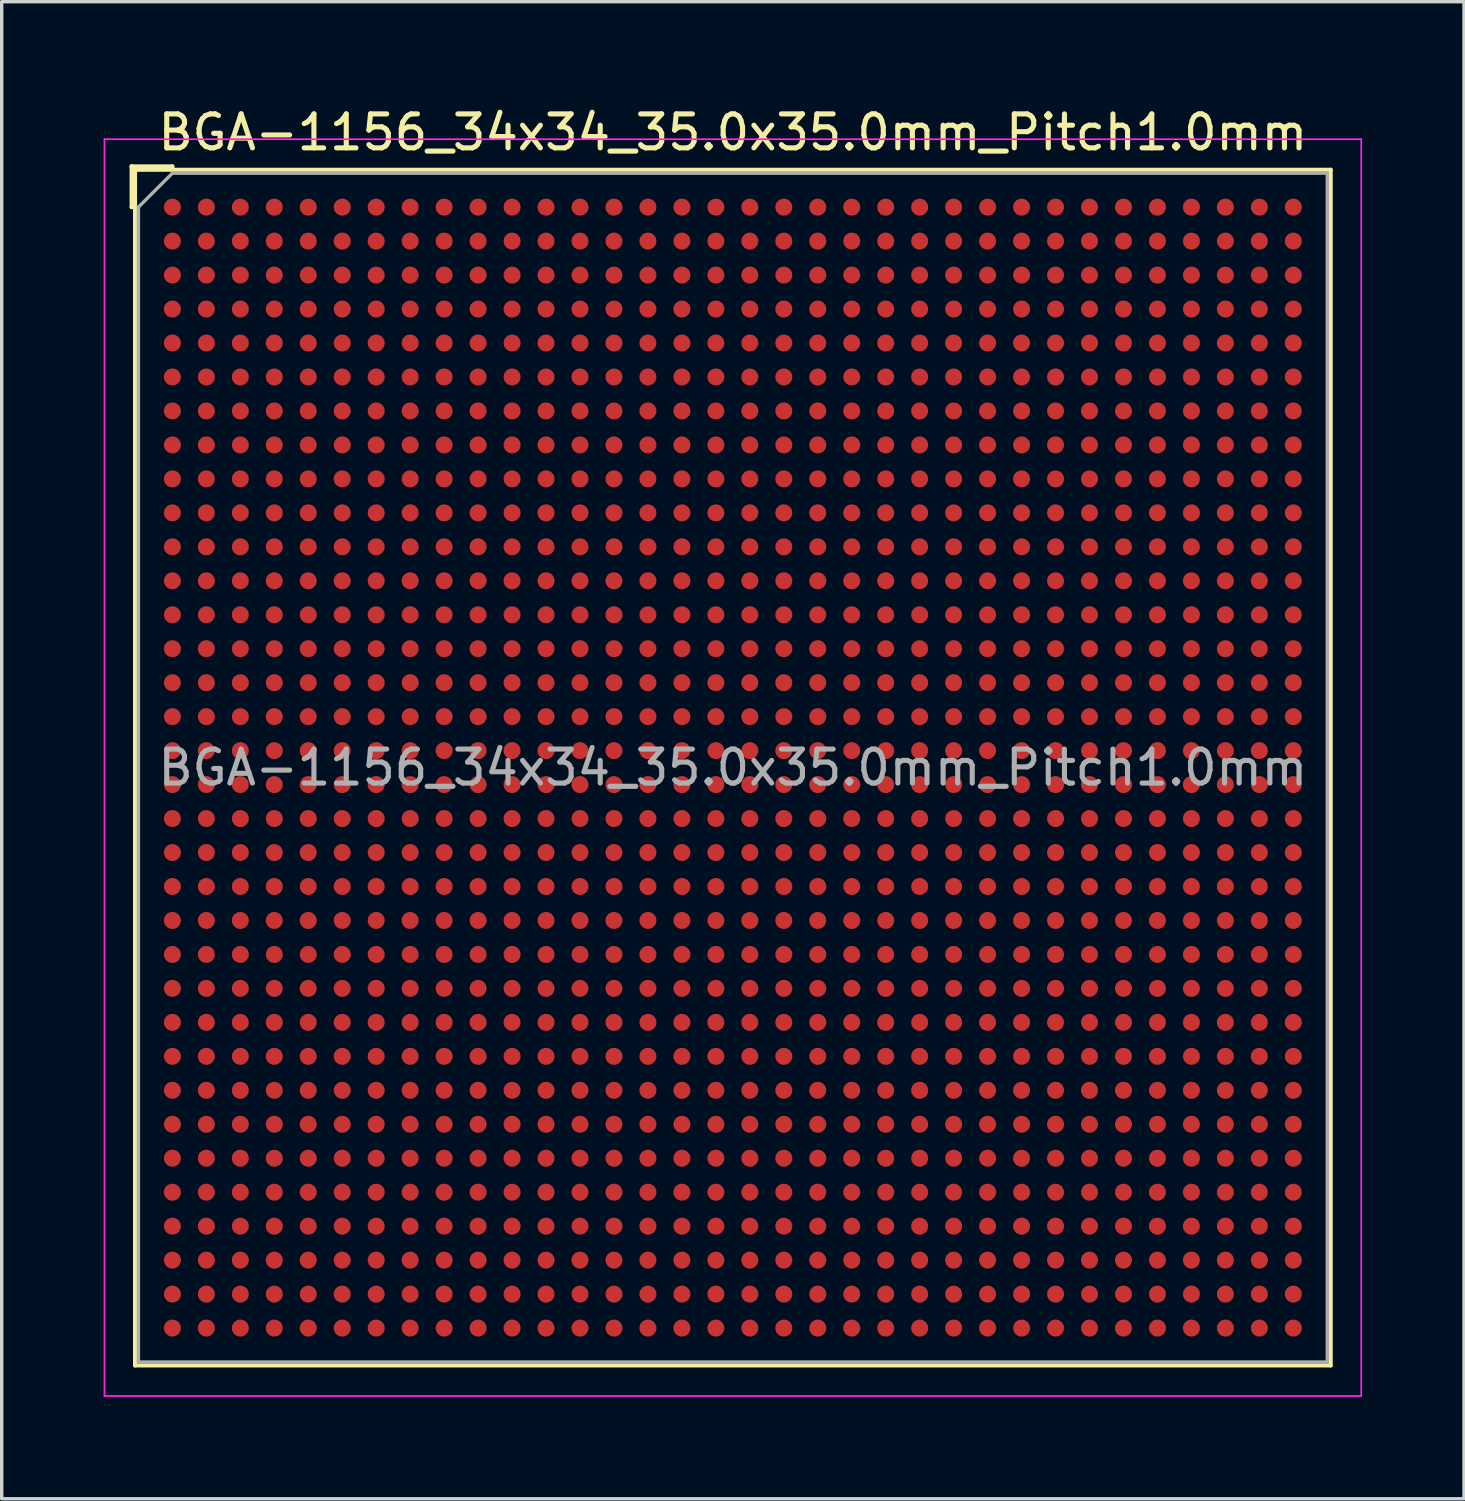
<source format=kicad_pcb>
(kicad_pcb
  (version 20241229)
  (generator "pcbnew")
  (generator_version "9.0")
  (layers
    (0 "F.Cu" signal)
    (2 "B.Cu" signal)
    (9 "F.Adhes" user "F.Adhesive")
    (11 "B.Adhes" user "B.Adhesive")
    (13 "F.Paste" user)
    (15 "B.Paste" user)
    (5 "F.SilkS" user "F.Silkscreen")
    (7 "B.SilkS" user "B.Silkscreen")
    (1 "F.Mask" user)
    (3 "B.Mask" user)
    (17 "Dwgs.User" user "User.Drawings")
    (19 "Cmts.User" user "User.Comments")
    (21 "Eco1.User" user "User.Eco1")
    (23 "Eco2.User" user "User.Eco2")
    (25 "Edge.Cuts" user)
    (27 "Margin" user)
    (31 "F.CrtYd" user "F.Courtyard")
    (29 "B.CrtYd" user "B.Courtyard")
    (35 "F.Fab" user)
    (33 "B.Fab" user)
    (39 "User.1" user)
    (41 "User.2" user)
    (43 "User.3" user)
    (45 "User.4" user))
  (footprint "BGA-1156_34x34_35.0x35.0mm_Pitch1.0mm"
    (layer "F.Cu")
    (at 18.525 19.548)
    (property "Reference" "BGA-1156_34x34_35.0x35.0mm_Pitch1.0mm" (at 0 -18.7 0) (layer "F.SilkS") (effects (font (size 1 1) (thickness 0.15))))
    (attr smd)
    (fp_line (start -17.7 -17.7) (end -17.7 -16.5) (stroke (width 0.12) (type solid)) (layer "F.SilkS"))
    (fp_line (start -17.7 -16.5) (end -17.6 -16.5) (stroke (width 0.12) (type solid)) (layer "F.SilkS"))
    (fp_line (start -17.6 -17.6) (end -17.7 -17.7) (stroke (width 0.12) (type solid)) (layer "F.SilkS"))
    (fp_line (start -17.6 -17.6) (end -17.6 17.6) (stroke (width 0.12) (type solid)) (layer "F.SilkS"))
    (fp_line (start -17.6 17.6) (end 17.6 17.6) (stroke (width 0.12) (type solid)) (layer "F.SilkS"))
    (fp_line (start -16.5 -17.7) (end -17.7 -17.7) (stroke (width 0.12) (type solid)) (layer "F.SilkS"))
    (fp_line (start -16.5 -17.6) (end -16.5 -17.7) (stroke (width 0.12) (type solid)) (layer "F.SilkS"))
    (fp_line (start 17.6 -17.6) (end -17.6 -17.6) (stroke (width 0.12) (type solid)) (layer "F.SilkS"))
    (fp_line (start 17.6 17.6) (end 17.6 -17.6) (stroke (width 0.12) (type solid)) (layer "F.SilkS"))
    (fp_line (start -18.5 -18.5) (end -18.5 18.5) (stroke (width 0.05) (type solid)) (layer "F.CrtYd"))
    (fp_line (start -18.5 -18.5) (end 18.5 -18.5) (stroke (width 0.05) (type solid)) (layer "F.CrtYd"))
    (fp_line (start 18.5 18.5) (end -18.5 18.5) (stroke (width 0.05) (type solid)) (layer "F.CrtYd"))
    (fp_line (start 18.5 18.5) (end 18.5 -18.5) (stroke (width 0.05) (type solid)) (layer "F.CrtYd"))
    (fp_line (start -17.5 -16.5) (end -17.5 17.5) (stroke (width 0.1) (type solid)) (layer "F.Fab"))
    (fp_line (start -17.5 17.5) (end 17.5 17.5) (stroke (width 0.1) (type solid)) (layer "F.Fab"))
    (fp_line (start -16.5 -17.5) (end -17.5 -16.5) (stroke (width 0.1) (type solid)) (layer "F.Fab"))
    (fp_line (start -16 -17.5) (end -16.5 -17.5) (stroke (width 0.1) (type solid)) (layer "F.Fab"))
    (fp_line (start 17.5 -17.5) (end -16 -17.5) (stroke (width 0.1) (type solid)) (layer "F.Fab"))
    (fp_line (start 17.5 17.5) (end 17.5 -17.5) (stroke (width 0.1) (type solid)) (layer "F.Fab"))
    (fp_text user "${REFERENCE}" (at 0 0 0) (layer "F.Fab") (effects (font (size 1 1) (thickness 0.15))))
    (pad "A1" smd circle (at -16.5 -16.5) (size 0.5 0.5) (layers "F.Cu" "F.Mask" "F.Paste"))
    (pad "A2" smd circle (at -15.5 -16.5) (size 0.5 0.5) (layers "F.Cu" "F.Mask" "F.Paste"))
    (pad "A3" smd circle (at -14.5 -16.5) (size 0.5 0.5) (layers "F.Cu" "F.Mask" "F.Paste"))
    (pad "A4" smd circle (at -13.5 -16.5) (size 0.5 0.5) (layers "F.Cu" "F.Mask" "F.Paste"))
    (pad "A5" smd circle (at -12.5 -16.5) (size 0.5 0.5) (layers "F.Cu" "F.Mask" "F.Paste"))
    (pad "A6" smd circle (at -11.5 -16.5) (size 0.5 0.5) (layers "F.Cu" "F.Mask" "F.Paste"))
    (pad "A7" smd circle (at -10.5 -16.5) (size 0.5 0.5) (layers "F.Cu" "F.Mask" "F.Paste"))
    (pad "A8" smd circle (at -9.5 -16.5) (size 0.5 0.5) (layers "F.Cu" "F.Mask" "F.Paste"))
    (pad "A9" smd circle (at -8.5 -16.5) (size 0.5 0.5) (layers "F.Cu" "F.Mask" "F.Paste"))
    (pad "A10" smd circle (at -7.5 -16.5) (size 0.5 0.5) (layers "F.Cu" "F.Mask" "F.Paste"))
    (pad "A11" smd circle (at -6.5 -16.5) (size 0.5 0.5) (layers "F.Cu" "F.Mask" "F.Paste"))
    (pad "A12" smd circle (at -5.5 -16.5) (size 0.5 0.5) (layers "F.Cu" "F.Mask" "F.Paste"))
    (pad "A13" smd circle (at -4.5 -16.5) (size 0.5 0.5) (layers "F.Cu" "F.Mask" "F.Paste"))
    (pad "A14" smd circle (at -3.5 -16.5) (size 0.5 0.5) (layers "F.Cu" "F.Mask" "F.Paste"))
    (pad "A15" smd circle (at -2.5 -16.5) (size 0.5 0.5) (layers "F.Cu" "F.Mask" "F.Paste"))
    (pad "A16" smd circle (at -1.5 -16.5) (size 0.5 0.5) (layers "F.Cu" "F.Mask" "F.Paste"))
    (pad "A17" smd circle (at -0.5 -16.5) (size 0.5 0.5) (layers "F.Cu" "F.Mask" "F.Paste"))
    (pad "A18" smd circle (at 0.5 -16.5) (size 0.5 0.5) (layers "F.Cu" "F.Mask" "F.Paste"))
    (pad "A19" smd circle (at 1.5 -16.5) (size 0.5 0.5) (layers "F.Cu" "F.Mask" "F.Paste"))
    (pad "A20" smd circle (at 2.5 -16.5) (size 0.5 0.5) (layers "F.Cu" "F.Mask" "F.Paste"))
    (pad "A21" smd circle (at 3.5 -16.5) (size 0.5 0.5) (layers "F.Cu" "F.Mask" "F.Paste"))
    (pad "A22" smd circle (at 4.5 -16.5) (size 0.5 0.5) (layers "F.Cu" "F.Mask" "F.Paste"))
    (pad "A23" smd circle (at 5.5 -16.5) (size 0.5 0.5) (layers "F.Cu" "F.Mask" "F.Paste"))
    (pad "A24" smd circle (at 6.5 -16.5) (size 0.5 0.5) (layers "F.Cu" "F.Mask" "F.Paste"))
    (pad "A25" smd circle (at 7.5 -16.5) (size 0.5 0.5) (layers "F.Cu" "F.Mask" "F.Paste"))
    (pad "A26" smd circle (at 8.5 -16.5) (size 0.5 0.5) (layers "F.Cu" "F.Mask" "F.Paste"))
    (pad "A27" smd circle (at 9.5 -16.5) (size 0.5 0.5) (layers "F.Cu" "F.Mask" "F.Paste"))
    (pad "A28" smd circle (at 10.5 -16.5) (size 0.5 0.5) (layers "F.Cu" "F.Mask" "F.Paste"))
    (pad "A29" smd circle (at 11.5 -16.5) (size 0.5 0.5) (layers "F.Cu" "F.Mask" "F.Paste"))
    (pad "A30" smd circle (at 12.5 -16.5) (size 0.5 0.5) (layers "F.Cu" "F.Mask" "F.Paste"))
    (pad "A31" smd circle (at 13.5 -16.5) (size 0.5 0.5) (layers "F.Cu" "F.Mask" "F.Paste"))
    (pad "A32" smd circle (at 14.5 -16.5) (size 0.5 0.5) (layers "F.Cu" "F.Mask" "F.Paste"))
    (pad "A33" smd circle (at 15.5 -16.5) (size 0.5 0.5) (layers "F.Cu" "F.Mask" "F.Paste"))
    (pad "A34" smd circle (at 16.5 -16.5) (size 0.5 0.5) (layers "F.Cu" "F.Mask" "F.Paste"))
    (pad "AA1" smd circle (at -16.5 3.5) (size 0.5 0.5) (layers "F.Cu" "F.Mask" "F.Paste"))
    (pad "AA2" smd circle (at -15.5 3.5) (size 0.5 0.5) (layers "F.Cu" "F.Mask" "F.Paste"))
    (pad "AA3" smd circle (at -14.5 3.5) (size 0.5 0.5) (layers "F.Cu" "F.Mask" "F.Paste"))
    (pad "AA4" smd circle (at -13.5 3.5) (size 0.5 0.5) (layers "F.Cu" "F.Mask" "F.Paste"))
    (pad "AA5" smd circle (at -12.5 3.5) (size 0.5 0.5) (layers "F.Cu" "F.Mask" "F.Paste"))
    (pad "AA6" smd circle (at -11.5 3.5) (size 0.5 0.5) (layers "F.Cu" "F.Mask" "F.Paste"))
    (pad "AA7" smd circle (at -10.5 3.5) (size 0.5 0.5) (layers "F.Cu" "F.Mask" "F.Paste"))
    (pad "AA8" smd circle (at -9.5 3.5) (size 0.5 0.5) (layers "F.Cu" "F.Mask" "F.Paste"))
    (pad "AA9" smd circle (at -8.5 3.5) (size 0.5 0.5) (layers "F.Cu" "F.Mask" "F.Paste"))
    (pad "AA10" smd circle (at -7.5 3.5) (size 0.5 0.5) (layers "F.Cu" "F.Mask" "F.Paste"))
    (pad "AA11" smd circle (at -6.5 3.5) (size 0.5 0.5) (layers "F.Cu" "F.Mask" "F.Paste"))
    (pad "AA12" smd circle (at -5.5 3.5) (size 0.5 0.5) (layers "F.Cu" "F.Mask" "F.Paste"))
    (pad "AA13" smd circle (at -4.5 3.5) (size 0.5 0.5) (layers "F.Cu" "F.Mask" "F.Paste"))
    (pad "AA14" smd circle (at -3.5 3.5) (size 0.5 0.5) (layers "F.Cu" "F.Mask" "F.Paste"))
    (pad "AA15" smd circle (at -2.5 3.5) (size 0.5 0.5) (layers "F.Cu" "F.Mask" "F.Paste"))
    (pad "AA16" smd circle (at -1.5 3.5) (size 0.5 0.5) (layers "F.Cu" "F.Mask" "F.Paste"))
    (pad "AA17" smd circle (at -0.5 3.5) (size 0.5 0.5) (layers "F.Cu" "F.Mask" "F.Paste"))
    (pad "AA18" smd circle (at 0.5 3.5) (size 0.5 0.5) (layers "F.Cu" "F.Mask" "F.Paste"))
    (pad "AA19" smd circle (at 1.5 3.5) (size 0.5 0.5) (layers "F.Cu" "F.Mask" "F.Paste"))
    (pad "AA20" smd circle (at 2.5 3.5) (size 0.5 0.5) (layers "F.Cu" "F.Mask" "F.Paste"))
    (pad "AA21" smd circle (at 3.5 3.5) (size 0.5 0.5) (layers "F.Cu" "F.Mask" "F.Paste"))
    (pad "AA22" smd circle (at 4.5 3.5) (size 0.5 0.5) (layers "F.Cu" "F.Mask" "F.Paste"))
    (pad "AA23" smd circle (at 5.5 3.5) (size 0.5 0.5) (layers "F.Cu" "F.Mask" "F.Paste"))
    (pad "AA24" smd circle (at 6.5 3.5) (size 0.5 0.5) (layers "F.Cu" "F.Mask" "F.Paste"))
    (pad "AA25" smd circle (at 7.5 3.5) (size 0.5 0.5) (layers "F.Cu" "F.Mask" "F.Paste"))
    (pad "AA26" smd circle (at 8.5 3.5) (size 0.5 0.5) (layers "F.Cu" "F.Mask" "F.Paste"))
    (pad "AA27" smd circle (at 9.5 3.5) (size 0.5 0.5) (layers "F.Cu" "F.Mask" "F.Paste"))
    (pad "AA28" smd circle (at 10.5 3.5) (size 0.5 0.5) (layers "F.Cu" "F.Mask" "F.Paste"))
    (pad "AA29" smd circle (at 11.5 3.5) (size 0.5 0.5) (layers "F.Cu" "F.Mask" "F.Paste"))
    (pad "AA30" smd circle (at 12.5 3.5) (size 0.5 0.5) (layers "F.Cu" "F.Mask" "F.Paste"))
    (pad "AA31" smd circle (at 13.5 3.5) (size 0.5 0.5) (layers "F.Cu" "F.Mask" "F.Paste"))
    (pad "AA32" smd circle (at 14.5 3.5) (size 0.5 0.5) (layers "F.Cu" "F.Mask" "F.Paste"))
    (pad "AA33" smd circle (at 15.5 3.5) (size 0.5 0.5) (layers "F.Cu" "F.Mask" "F.Paste"))
    (pad "AA34" smd circle (at 16.5 3.5) (size 0.5 0.5) (layers "F.Cu" "F.Mask" "F.Paste"))
    (pad "AB1" smd circle (at -16.5 4.5) (size 0.5 0.5) (layers "F.Cu" "F.Mask" "F.Paste"))
    (pad "AB2" smd circle (at -15.5 4.5) (size 0.5 0.5) (layers "F.Cu" "F.Mask" "F.Paste"))
    (pad "AB3" smd circle (at -14.5 4.5) (size 0.5 0.5) (layers "F.Cu" "F.Mask" "F.Paste"))
    (pad "AB4" smd circle (at -13.5 4.5) (size 0.5 0.5) (layers "F.Cu" "F.Mask" "F.Paste"))
    (pad "AB5" smd circle (at -12.5 4.5) (size 0.5 0.5) (layers "F.Cu" "F.Mask" "F.Paste"))
    (pad "AB6" smd circle (at -11.5 4.5) (size 0.5 0.5) (layers "F.Cu" "F.Mask" "F.Paste"))
    (pad "AB7" smd circle (at -10.5 4.5) (size 0.5 0.5) (layers "F.Cu" "F.Mask" "F.Paste"))
    (pad "AB8" smd circle (at -9.5 4.5) (size 0.5 0.5) (layers "F.Cu" "F.Mask" "F.Paste"))
    (pad "AB9" smd circle (at -8.5 4.5) (size 0.5 0.5) (layers "F.Cu" "F.Mask" "F.Paste"))
    (pad "AB10" smd circle (at -7.5 4.5) (size 0.5 0.5) (layers "F.Cu" "F.Mask" "F.Paste"))
    (pad "AB11" smd circle (at -6.5 4.5) (size 0.5 0.5) (layers "F.Cu" "F.Mask" "F.Paste"))
    (pad "AB12" smd circle (at -5.5 4.5) (size 0.5 0.5) (layers "F.Cu" "F.Mask" "F.Paste"))
    (pad "AB13" smd circle (at -4.5 4.5) (size 0.5 0.5) (layers "F.Cu" "F.Mask" "F.Paste"))
    (pad "AB14" smd circle (at -3.5 4.5) (size 0.5 0.5) (layers "F.Cu" "F.Mask" "F.Paste"))
    (pad "AB15" smd circle (at -2.5 4.5) (size 0.5 0.5) (layers "F.Cu" "F.Mask" "F.Paste"))
    (pad "AB16" smd circle (at -1.5 4.5) (size 0.5 0.5) (layers "F.Cu" "F.Mask" "F.Paste"))
    (pad "AB17" smd circle (at -0.5 4.5) (size 0.5 0.5) (layers "F.Cu" "F.Mask" "F.Paste"))
    (pad "AB18" smd circle (at 0.5 4.5) (size 0.5 0.5) (layers "F.Cu" "F.Mask" "F.Paste"))
    (pad "AB19" smd circle (at 1.5 4.5) (size 0.5 0.5) (layers "F.Cu" "F.Mask" "F.Paste"))
    (pad "AB20" smd circle (at 2.5 4.5) (size 0.5 0.5) (layers "F.Cu" "F.Mask" "F.Paste"))
    (pad "AB21" smd circle (at 3.5 4.5) (size 0.5 0.5) (layers "F.Cu" "F.Mask" "F.Paste"))
    (pad "AB22" smd circle (at 4.5 4.5) (size 0.5 0.5) (layers "F.Cu" "F.Mask" "F.Paste"))
    (pad "AB23" smd circle (at 5.5 4.5) (size 0.5 0.5) (layers "F.Cu" "F.Mask" "F.Paste"))
    (pad "AB24" smd circle (at 6.5 4.5) (size 0.5 0.5) (layers "F.Cu" "F.Mask" "F.Paste"))
    (pad "AB25" smd circle (at 7.5 4.5) (size 0.5 0.5) (layers "F.Cu" "F.Mask" "F.Paste"))
    (pad "AB26" smd circle (at 8.5 4.5) (size 0.5 0.5) (layers "F.Cu" "F.Mask" "F.Paste"))
    (pad "AB27" smd circle (at 9.5 4.5) (size 0.5 0.5) (layers "F.Cu" "F.Mask" "F.Paste"))
    (pad "AB28" smd circle (at 10.5 4.5) (size 0.5 0.5) (layers "F.Cu" "F.Mask" "F.Paste"))
    (pad "AB29" smd circle (at 11.5 4.5) (size 0.5 0.5) (layers "F.Cu" "F.Mask" "F.Paste"))
    (pad "AB30" smd circle (at 12.5 4.5) (size 0.5 0.5) (layers "F.Cu" "F.Mask" "F.Paste"))
    (pad "AB31" smd circle (at 13.5 4.5) (size 0.5 0.5) (layers "F.Cu" "F.Mask" "F.Paste"))
    (pad "AB32" smd circle (at 14.5 4.5) (size 0.5 0.5) (layers "F.Cu" "F.Mask" "F.Paste"))
    (pad "AB33" smd circle (at 15.5 4.5) (size 0.5 0.5) (layers "F.Cu" "F.Mask" "F.Paste"))
    (pad "AB34" smd circle (at 16.5 4.5) (size 0.5 0.5) (layers "F.Cu" "F.Mask" "F.Paste"))
    (pad "AC1" smd circle (at -16.5 5.5) (size 0.5 0.5) (layers "F.Cu" "F.Mask" "F.Paste"))
    (pad "AC2" smd circle (at -15.5 5.5) (size 0.5 0.5) (layers "F.Cu" "F.Mask" "F.Paste"))
    (pad "AC3" smd circle (at -14.5 5.5) (size 0.5 0.5) (layers "F.Cu" "F.Mask" "F.Paste"))
    (pad "AC4" smd circle (at -13.5 5.5) (size 0.5 0.5) (layers "F.Cu" "F.Mask" "F.Paste"))
    (pad "AC5" smd circle (at -12.5 5.5) (size 0.5 0.5) (layers "F.Cu" "F.Mask" "F.Paste"))
    (pad "AC6" smd circle (at -11.5 5.5) (size 0.5 0.5) (layers "F.Cu" "F.Mask" "F.Paste"))
    (pad "AC7" smd circle (at -10.5 5.5) (size 0.5 0.5) (layers "F.Cu" "F.Mask" "F.Paste"))
    (pad "AC8" smd circle (at -9.5 5.5) (size 0.5 0.5) (layers "F.Cu" "F.Mask" "F.Paste"))
    (pad "AC9" smd circle (at -8.5 5.5) (size 0.5 0.5) (layers "F.Cu" "F.Mask" "F.Paste"))
    (pad "AC10" smd circle (at -7.5 5.5) (size 0.5 0.5) (layers "F.Cu" "F.Mask" "F.Paste"))
    (pad "AC11" smd circle (at -6.5 5.5) (size 0.5 0.5) (layers "F.Cu" "F.Mask" "F.Paste"))
    (pad "AC12" smd circle (at -5.5 5.5) (size 0.5 0.5) (layers "F.Cu" "F.Mask" "F.Paste"))
    (pad "AC13" smd circle (at -4.5 5.5) (size 0.5 0.5) (layers "F.Cu" "F.Mask" "F.Paste"))
    (pad "AC14" smd circle (at -3.5 5.5) (size 0.5 0.5) (layers "F.Cu" "F.Mask" "F.Paste"))
    (pad "AC15" smd circle (at -2.5 5.5) (size 0.5 0.5) (layers "F.Cu" "F.Mask" "F.Paste"))
    (pad "AC16" smd circle (at -1.5 5.5) (size 0.5 0.5) (layers "F.Cu" "F.Mask" "F.Paste"))
    (pad "AC17" smd circle (at -0.5 5.5) (size 0.5 0.5) (layers "F.Cu" "F.Mask" "F.Paste"))
    (pad "AC18" smd circle (at 0.5 5.5) (size 0.5 0.5) (layers "F.Cu" "F.Mask" "F.Paste"))
    (pad "AC19" smd circle (at 1.5 5.5) (size 0.5 0.5) (layers "F.Cu" "F.Mask" "F.Paste"))
    (pad "AC20" smd circle (at 2.5 5.5) (size 0.5 0.5) (layers "F.Cu" "F.Mask" "F.Paste"))
    (pad "AC21" smd circle (at 3.5 5.5) (size 0.5 0.5) (layers "F.Cu" "F.Mask" "F.Paste"))
    (pad "AC22" smd circle (at 4.5 5.5) (size 0.5 0.5) (layers "F.Cu" "F.Mask" "F.Paste"))
    (pad "AC23" smd circle (at 5.5 5.5) (size 0.5 0.5) (layers "F.Cu" "F.Mask" "F.Paste"))
    (pad "AC24" smd circle (at 6.5 5.5) (size 0.5 0.5) (layers "F.Cu" "F.Mask" "F.Paste"))
    (pad "AC25" smd circle (at 7.5 5.5) (size 0.5 0.5) (layers "F.Cu" "F.Mask" "F.Paste"))
    (pad "AC26" smd circle (at 8.5 5.5) (size 0.5 0.5) (layers "F.Cu" "F.Mask" "F.Paste"))
    (pad "AC27" smd circle (at 9.5 5.5) (size 0.5 0.5) (layers "F.Cu" "F.Mask" "F.Paste"))
    (pad "AC28" smd circle (at 10.5 5.5) (size 0.5 0.5) (layers "F.Cu" "F.Mask" "F.Paste"))
    (pad "AC29" smd circle (at 11.5 5.5) (size 0.5 0.5) (layers "F.Cu" "F.Mask" "F.Paste"))
    (pad "AC30" smd circle (at 12.5 5.5) (size 0.5 0.5) (layers "F.Cu" "F.Mask" "F.Paste"))
    (pad "AC31" smd circle (at 13.5 5.5) (size 0.5 0.5) (layers "F.Cu" "F.Mask" "F.Paste"))
    (pad "AC32" smd circle (at 14.5 5.5) (size 0.5 0.5) (layers "F.Cu" "F.Mask" "F.Paste"))
    (pad "AC33" smd circle (at 15.5 5.5) (size 0.5 0.5) (layers "F.Cu" "F.Mask" "F.Paste"))
    (pad "AC34" smd circle (at 16.5 5.5) (size 0.5 0.5) (layers "F.Cu" "F.Mask" "F.Paste"))
    (pad "AD1" smd circle (at -16.5 6.5) (size 0.5 0.5) (layers "F.Cu" "F.Mask" "F.Paste"))
    (pad "AD2" smd circle (at -15.5 6.5) (size 0.5 0.5) (layers "F.Cu" "F.Mask" "F.Paste"))
    (pad "AD3" smd circle (at -14.5 6.5) (size 0.5 0.5) (layers "F.Cu" "F.Mask" "F.Paste"))
    (pad "AD4" smd circle (at -13.5 6.5) (size 0.5 0.5) (layers "F.Cu" "F.Mask" "F.Paste"))
    (pad "AD5" smd circle (at -12.5 6.5) (size 0.5 0.5) (layers "F.Cu" "F.Mask" "F.Paste"))
    (pad "AD6" smd circle (at -11.5 6.5) (size 0.5 0.5) (layers "F.Cu" "F.Mask" "F.Paste"))
    (pad "AD7" smd circle (at -10.5 6.5) (size 0.5 0.5) (layers "F.Cu" "F.Mask" "F.Paste"))
    (pad "AD8" smd circle (at -9.5 6.5) (size 0.5 0.5) (layers "F.Cu" "F.Mask" "F.Paste"))
    (pad "AD9" smd circle (at -8.5 6.5) (size 0.5 0.5) (layers "F.Cu" "F.Mask" "F.Paste"))
    (pad "AD10" smd circle (at -7.5 6.5) (size 0.5 0.5) (layers "F.Cu" "F.Mask" "F.Paste"))
    (pad "AD11" smd circle (at -6.5 6.5) (size 0.5 0.5) (layers "F.Cu" "F.Mask" "F.Paste"))
    (pad "AD12" smd circle (at -5.5 6.5) (size 0.5 0.5) (layers "F.Cu" "F.Mask" "F.Paste"))
    (pad "AD13" smd circle (at -4.5 6.5) (size 0.5 0.5) (layers "F.Cu" "F.Mask" "F.Paste"))
    (pad "AD14" smd circle (at -3.5 6.5) (size 0.5 0.5) (layers "F.Cu" "F.Mask" "F.Paste"))
    (pad "AD15" smd circle (at -2.5 6.5) (size 0.5 0.5) (layers "F.Cu" "F.Mask" "F.Paste"))
    (pad "AD16" smd circle (at -1.5 6.5) (size 0.5 0.5) (layers "F.Cu" "F.Mask" "F.Paste"))
    (pad "AD17" smd circle (at -0.5 6.5) (size 0.5 0.5) (layers "F.Cu" "F.Mask" "F.Paste"))
    (pad "AD18" smd circle (at 0.5 6.5) (size 0.5 0.5) (layers "F.Cu" "F.Mask" "F.Paste"))
    (pad "AD19" smd circle (at 1.5 6.5) (size 0.5 0.5) (layers "F.Cu" "F.Mask" "F.Paste"))
    (pad "AD20" smd circle (at 2.5 6.5) (size 0.5 0.5) (layers "F.Cu" "F.Mask" "F.Paste"))
    (pad "AD21" smd circle (at 3.5 6.5) (size 0.5 0.5) (layers "F.Cu" "F.Mask" "F.Paste"))
    (pad "AD22" smd circle (at 4.5 6.5) (size 0.5 0.5) (layers "F.Cu" "F.Mask" "F.Paste"))
    (pad "AD23" smd circle (at 5.5 6.5) (size 0.5 0.5) (layers "F.Cu" "F.Mask" "F.Paste"))
    (pad "AD24" smd circle (at 6.5 6.5) (size 0.5 0.5) (layers "F.Cu" "F.Mask" "F.Paste"))
    (pad "AD25" smd circle (at 7.5 6.5) (size 0.5 0.5) (layers "F.Cu" "F.Mask" "F.Paste"))
    (pad "AD26" smd circle (at 8.5 6.5) (size 0.5 0.5) (layers "F.Cu" "F.Mask" "F.Paste"))
    (pad "AD27" smd circle (at 9.5 6.5) (size 0.5 0.5) (layers "F.Cu" "F.Mask" "F.Paste"))
    (pad "AD28" smd circle (at 10.5 6.5) (size 0.5 0.5) (layers "F.Cu" "F.Mask" "F.Paste"))
    (pad "AD29" smd circle (at 11.5 6.5) (size 0.5 0.5) (layers "F.Cu" "F.Mask" "F.Paste"))
    (pad "AD30" smd circle (at 12.5 6.5) (size 0.5 0.5) (layers "F.Cu" "F.Mask" "F.Paste"))
    (pad "AD31" smd circle (at 13.5 6.5) (size 0.5 0.5) (layers "F.Cu" "F.Mask" "F.Paste"))
    (pad "AD32" smd circle (at 14.5 6.5) (size 0.5 0.5) (layers "F.Cu" "F.Mask" "F.Paste"))
    (pad "AD33" smd circle (at 15.5 6.5) (size 0.5 0.5) (layers "F.Cu" "F.Mask" "F.Paste"))
    (pad "AD34" smd circle (at 16.5 6.5) (size 0.5 0.5) (layers "F.Cu" "F.Mask" "F.Paste"))
    (pad "AE1" smd circle (at -16.5 7.5) (size 0.5 0.5) (layers "F.Cu" "F.Mask" "F.Paste"))
    (pad "AE2" smd circle (at -15.5 7.5) (size 0.5 0.5) (layers "F.Cu" "F.Mask" "F.Paste"))
    (pad "AE3" smd circle (at -14.5 7.5) (size 0.5 0.5) (layers "F.Cu" "F.Mask" "F.Paste"))
    (pad "AE4" smd circle (at -13.5 7.5) (size 0.5 0.5) (layers "F.Cu" "F.Mask" "F.Paste"))
    (pad "AE5" smd circle (at -12.5 7.5) (size 0.5 0.5) (layers "F.Cu" "F.Mask" "F.Paste"))
    (pad "AE6" smd circle (at -11.5 7.5) (size 0.5 0.5) (layers "F.Cu" "F.Mask" "F.Paste"))
    (pad "AE7" smd circle (at -10.5 7.5) (size 0.5 0.5) (layers "F.Cu" "F.Mask" "F.Paste"))
    (pad "AE8" smd circle (at -9.5 7.5) (size 0.5 0.5) (layers "F.Cu" "F.Mask" "F.Paste"))
    (pad "AE9" smd circle (at -8.5 7.5) (size 0.5 0.5) (layers "F.Cu" "F.Mask" "F.Paste"))
    (pad "AE10" smd circle (at -7.5 7.5) (size 0.5 0.5) (layers "F.Cu" "F.Mask" "F.Paste"))
    (pad "AE11" smd circle (at -6.5 7.5) (size 0.5 0.5) (layers "F.Cu" "F.Mask" "F.Paste"))
    (pad "AE12" smd circle (at -5.5 7.5) (size 0.5 0.5) (layers "F.Cu" "F.Mask" "F.Paste"))
    (pad "AE13" smd circle (at -4.5 7.5) (size 0.5 0.5) (layers "F.Cu" "F.Mask" "F.Paste"))
    (pad "AE14" smd circle (at -3.5 7.5) (size 0.5 0.5) (layers "F.Cu" "F.Mask" "F.Paste"))
    (pad "AE15" smd circle (at -2.5 7.5) (size 0.5 0.5) (layers "F.Cu" "F.Mask" "F.Paste"))
    (pad "AE16" smd circle (at -1.5 7.5) (size 0.5 0.5) (layers "F.Cu" "F.Mask" "F.Paste"))
    (pad "AE17" smd circle (at -0.5 7.5) (size 0.5 0.5) (layers "F.Cu" "F.Mask" "F.Paste"))
    (pad "AE18" smd circle (at 0.5 7.5) (size 0.5 0.5) (layers "F.Cu" "F.Mask" "F.Paste"))
    (pad "AE19" smd circle (at 1.5 7.5) (size 0.5 0.5) (layers "F.Cu" "F.Mask" "F.Paste"))
    (pad "AE20" smd circle (at 2.5 7.5) (size 0.5 0.5) (layers "F.Cu" "F.Mask" "F.Paste"))
    (pad "AE21" smd circle (at 3.5 7.5) (size 0.5 0.5) (layers "F.Cu" "F.Mask" "F.Paste"))
    (pad "AE22" smd circle (at 4.5 7.5) (size 0.5 0.5) (layers "F.Cu" "F.Mask" "F.Paste"))
    (pad "AE23" smd circle (at 5.5 7.5) (size 0.5 0.5) (layers "F.Cu" "F.Mask" "F.Paste"))
    (pad "AE24" smd circle (at 6.5 7.5) (size 0.5 0.5) (layers "F.Cu" "F.Mask" "F.Paste"))
    (pad "AE25" smd circle (at 7.5 7.5) (size 0.5 0.5) (layers "F.Cu" "F.Mask" "F.Paste"))
    (pad "AE26" smd circle (at 8.5 7.5) (size 0.5 0.5) (layers "F.Cu" "F.Mask" "F.Paste"))
    (pad "AE27" smd circle (at 9.5 7.5) (size 0.5 0.5) (layers "F.Cu" "F.Mask" "F.Paste"))
    (pad "AE28" smd circle (at 10.5 7.5) (size 0.5 0.5) (layers "F.Cu" "F.Mask" "F.Paste"))
    (pad "AE29" smd circle (at 11.5 7.5) (size 0.5 0.5) (layers "F.Cu" "F.Mask" "F.Paste"))
    (pad "AE30" smd circle (at 12.5 7.5) (size 0.5 0.5) (layers "F.Cu" "F.Mask" "F.Paste"))
    (pad "AE31" smd circle (at 13.5 7.5) (size 0.5 0.5) (layers "F.Cu" "F.Mask" "F.Paste"))
    (pad "AE32" smd circle (at 14.5 7.5) (size 0.5 0.5) (layers "F.Cu" "F.Mask" "F.Paste"))
    (pad "AE33" smd circle (at 15.5 7.5) (size 0.5 0.5) (layers "F.Cu" "F.Mask" "F.Paste"))
    (pad "AE34" smd circle (at 16.5 7.5) (size 0.5 0.5) (layers "F.Cu" "F.Mask" "F.Paste"))
    (pad "AF1" smd circle (at -16.5 8.5) (size 0.5 0.5) (layers "F.Cu" "F.Mask" "F.Paste"))
    (pad "AF2" smd circle (at -15.5 8.5) (size 0.5 0.5) (layers "F.Cu" "F.Mask" "F.Paste"))
    (pad "AF3" smd circle (at -14.5 8.5) (size 0.5 0.5) (layers "F.Cu" "F.Mask" "F.Paste"))
    (pad "AF4" smd circle (at -13.5 8.5) (size 0.5 0.5) (layers "F.Cu" "F.Mask" "F.Paste"))
    (pad "AF5" smd circle (at -12.5 8.5) (size 0.5 0.5) (layers "F.Cu" "F.Mask" "F.Paste"))
    (pad "AF6" smd circle (at -11.5 8.5) (size 0.5 0.5) (layers "F.Cu" "F.Mask" "F.Paste"))
    (pad "AF7" smd circle (at -10.5 8.5) (size 0.5 0.5) (layers "F.Cu" "F.Mask" "F.Paste"))
    (pad "AF8" smd circle (at -9.5 8.5) (size 0.5 0.5) (layers "F.Cu" "F.Mask" "F.Paste"))
    (pad "AF9" smd circle (at -8.5 8.5) (size 0.5 0.5) (layers "F.Cu" "F.Mask" "F.Paste"))
    (pad "AF10" smd circle (at -7.5 8.5) (size 0.5 0.5) (layers "F.Cu" "F.Mask" "F.Paste"))
    (pad "AF11" smd circle (at -6.5 8.5) (size 0.5 0.5) (layers "F.Cu" "F.Mask" "F.Paste"))
    (pad "AF12" smd circle (at -5.5 8.5) (size 0.5 0.5) (layers "F.Cu" "F.Mask" "F.Paste"))
    (pad "AF13" smd circle (at -4.5 8.5) (size 0.5 0.5) (layers "F.Cu" "F.Mask" "F.Paste"))
    (pad "AF14" smd circle (at -3.5 8.5) (size 0.5 0.5) (layers "F.Cu" "F.Mask" "F.Paste"))
    (pad "AF15" smd circle (at -2.5 8.5) (size 0.5 0.5) (layers "F.Cu" "F.Mask" "F.Paste"))
    (pad "AF16" smd circle (at -1.5 8.5) (size 0.5 0.5) (layers "F.Cu" "F.Mask" "F.Paste"))
    (pad "AF17" smd circle (at -0.5 8.5) (size 0.5 0.5) (layers "F.Cu" "F.Mask" "F.Paste"))
    (pad "AF18" smd circle (at 0.5 8.5) (size 0.5 0.5) (layers "F.Cu" "F.Mask" "F.Paste"))
    (pad "AF19" smd circle (at 1.5 8.5) (size 0.5 0.5) (layers "F.Cu" "F.Mask" "F.Paste"))
    (pad "AF20" smd circle (at 2.5 8.5) (size 0.5 0.5) (layers "F.Cu" "F.Mask" "F.Paste"))
    (pad "AF21" smd circle (at 3.5 8.5) (size 0.5 0.5) (layers "F.Cu" "F.Mask" "F.Paste"))
    (pad "AF22" smd circle (at 4.5 8.5) (size 0.5 0.5) (layers "F.Cu" "F.Mask" "F.Paste"))
    (pad "AF23" smd circle (at 5.5 8.5) (size 0.5 0.5) (layers "F.Cu" "F.Mask" "F.Paste"))
    (pad "AF24" smd circle (at 6.5 8.5) (size 0.5 0.5) (layers "F.Cu" "F.Mask" "F.Paste"))
    (pad "AF25" smd circle (at 7.5 8.5) (size 0.5 0.5) (layers "F.Cu" "F.Mask" "F.Paste"))
    (pad "AF26" smd circle (at 8.5 8.5) (size 0.5 0.5) (layers "F.Cu" "F.Mask" "F.Paste"))
    (pad "AF27" smd circle (at 9.5 8.5) (size 0.5 0.5) (layers "F.Cu" "F.Mask" "F.Paste"))
    (pad "AF28" smd circle (at 10.5 8.5) (size 0.5 0.5) (layers "F.Cu" "F.Mask" "F.Paste"))
    (pad "AF29" smd circle (at 11.5 8.5) (size 0.5 0.5) (layers "F.Cu" "F.Mask" "F.Paste"))
    (pad "AF30" smd circle (at 12.5 8.5) (size 0.5 0.5) (layers "F.Cu" "F.Mask" "F.Paste"))
    (pad "AF31" smd circle (at 13.5 8.5) (size 0.5 0.5) (layers "F.Cu" "F.Mask" "F.Paste"))
    (pad "AF32" smd circle (at 14.5 8.5) (size 0.5 0.5) (layers "F.Cu" "F.Mask" "F.Paste"))
    (pad "AF33" smd circle (at 15.5 8.5) (size 0.5 0.5) (layers "F.Cu" "F.Mask" "F.Paste"))
    (pad "AF34" smd circle (at 16.5 8.5) (size 0.5 0.5) (layers "F.Cu" "F.Mask" "F.Paste"))
    (pad "AG1" smd circle (at -16.5 9.5) (size 0.5 0.5) (layers "F.Cu" "F.Mask" "F.Paste"))
    (pad "AG2" smd circle (at -15.5 9.5) (size 0.5 0.5) (layers "F.Cu" "F.Mask" "F.Paste"))
    (pad "AG3" smd circle (at -14.5 9.5) (size 0.5 0.5) (layers "F.Cu" "F.Mask" "F.Paste"))
    (pad "AG4" smd circle (at -13.5 9.5) (size 0.5 0.5) (layers "F.Cu" "F.Mask" "F.Paste"))
    (pad "AG5" smd circle (at -12.5 9.5) (size 0.5 0.5) (layers "F.Cu" "F.Mask" "F.Paste"))
    (pad "AG6" smd circle (at -11.5 9.5) (size 0.5 0.5) (layers "F.Cu" "F.Mask" "F.Paste"))
    (pad "AG7" smd circle (at -10.5 9.5) (size 0.5 0.5) (layers "F.Cu" "F.Mask" "F.Paste"))
    (pad "AG8" smd circle (at -9.5 9.5) (size 0.5 0.5) (layers "F.Cu" "F.Mask" "F.Paste"))
    (pad "AG9" smd circle (at -8.5 9.5) (size 0.5 0.5) (layers "F.Cu" "F.Mask" "F.Paste"))
    (pad "AG10" smd circle (at -7.5 9.5) (size 0.5 0.5) (layers "F.Cu" "F.Mask" "F.Paste"))
    (pad "AG11" smd circle (at -6.5 9.5) (size 0.5 0.5) (layers "F.Cu" "F.Mask" "F.Paste"))
    (pad "AG12" smd circle (at -5.5 9.5) (size 0.5 0.5) (layers "F.Cu" "F.Mask" "F.Paste"))
    (pad "AG13" smd circle (at -4.5 9.5) (size 0.5 0.5) (layers "F.Cu" "F.Mask" "F.Paste"))
    (pad "AG14" smd circle (at -3.5 9.5) (size 0.5 0.5) (layers "F.Cu" "F.Mask" "F.Paste"))
    (pad "AG15" smd circle (at -2.5 9.5) (size 0.5 0.5) (layers "F.Cu" "F.Mask" "F.Paste"))
    (pad "AG16" smd circle (at -1.5 9.5) (size 0.5 0.5) (layers "F.Cu" "F.Mask" "F.Paste"))
    (pad "AG17" smd circle (at -0.5 9.5) (size 0.5 0.5) (layers "F.Cu" "F.Mask" "F.Paste"))
    (pad "AG18" smd circle (at 0.5 9.5) (size 0.5 0.5) (layers "F.Cu" "F.Mask" "F.Paste"))
    (pad "AG19" smd circle (at 1.5 9.5) (size 0.5 0.5) (layers "F.Cu" "F.Mask" "F.Paste"))
    (pad "AG20" smd circle (at 2.5 9.5) (size 0.5 0.5) (layers "F.Cu" "F.Mask" "F.Paste"))
    (pad "AG21" smd circle (at 3.5 9.5) (size 0.5 0.5) (layers "F.Cu" "F.Mask" "F.Paste"))
    (pad "AG22" smd circle (at 4.5 9.5) (size 0.5 0.5) (layers "F.Cu" "F.Mask" "F.Paste"))
    (pad "AG23" smd circle (at 5.5 9.5) (size 0.5 0.5) (layers "F.Cu" "F.Mask" "F.Paste"))
    (pad "AG24" smd circle (at 6.5 9.5) (size 0.5 0.5) (layers "F.Cu" "F.Mask" "F.Paste"))
    (pad "AG25" smd circle (at 7.5 9.5) (size 0.5 0.5) (layers "F.Cu" "F.Mask" "F.Paste"))
    (pad "AG26" smd circle (at 8.5 9.5) (size 0.5 0.5) (layers "F.Cu" "F.Mask" "F.Paste"))
    (pad "AG27" smd circle (at 9.5 9.5) (size 0.5 0.5) (layers "F.Cu" "F.Mask" "F.Paste"))
    (pad "AG28" smd circle (at 10.5 9.5) (size 0.5 0.5) (layers "F.Cu" "F.Mask" "F.Paste"))
    (pad "AG29" smd circle (at 11.5 9.5) (size 0.5 0.5) (layers "F.Cu" "F.Mask" "F.Paste"))
    (pad "AG30" smd circle (at 12.5 9.5) (size 0.5 0.5) (layers "F.Cu" "F.Mask" "F.Paste"))
    (pad "AG31" smd circle (at 13.5 9.5) (size 0.5 0.5) (layers "F.Cu" "F.Mask" "F.Paste"))
    (pad "AG32" smd circle (at 14.5 9.5) (size 0.5 0.5) (layers "F.Cu" "F.Mask" "F.Paste"))
    (pad "AG33" smd circle (at 15.5 9.5) (size 0.5 0.5) (layers "F.Cu" "F.Mask" "F.Paste"))
    (pad "AG34" smd circle (at 16.5 9.5) (size 0.5 0.5) (layers "F.Cu" "F.Mask" "F.Paste"))
    (pad "AH1" smd circle (at -16.5 10.5) (size 0.5 0.5) (layers "F.Cu" "F.Mask" "F.Paste"))
    (pad "AH2" smd circle (at -15.5 10.5) (size 0.5 0.5) (layers "F.Cu" "F.Mask" "F.Paste"))
    (pad "AH3" smd circle (at -14.5 10.5) (size 0.5 0.5) (layers "F.Cu" "F.Mask" "F.Paste"))
    (pad "AH4" smd circle (at -13.5 10.5) (size 0.5 0.5) (layers "F.Cu" "F.Mask" "F.Paste"))
    (pad "AH5" smd circle (at -12.5 10.5) (size 0.5 0.5) (layers "F.Cu" "F.Mask" "F.Paste"))
    (pad "AH6" smd circle (at -11.5 10.5) (size 0.5 0.5) (layers "F.Cu" "F.Mask" "F.Paste"))
    (pad "AH7" smd circle (at -10.5 10.5) (size 0.5 0.5) (layers "F.Cu" "F.Mask" "F.Paste"))
    (pad "AH8" smd circle (at -9.5 10.5) (size 0.5 0.5) (layers "F.Cu" "F.Mask" "F.Paste"))
    (pad "AH9" smd circle (at -8.5 10.5) (size 0.5 0.5) (layers "F.Cu" "F.Mask" "F.Paste"))
    (pad "AH10" smd circle (at -7.5 10.5) (size 0.5 0.5) (layers "F.Cu" "F.Mask" "F.Paste"))
    (pad "AH11" smd circle (at -6.5 10.5) (size 0.5 0.5) (layers "F.Cu" "F.Mask" "F.Paste"))
    (pad "AH12" smd circle (at -5.5 10.5) (size 0.5 0.5) (layers "F.Cu" "F.Mask" "F.Paste"))
    (pad "AH13" smd circle (at -4.5 10.5) (size 0.5 0.5) (layers "F.Cu" "F.Mask" "F.Paste"))
    (pad "AH14" smd circle (at -3.5 10.5) (size 0.5 0.5) (layers "F.Cu" "F.Mask" "F.Paste"))
    (pad "AH15" smd circle (at -2.5 10.5) (size 0.5 0.5) (layers "F.Cu" "F.Mask" "F.Paste"))
    (pad "AH16" smd circle (at -1.5 10.5) (size 0.5 0.5) (layers "F.Cu" "F.Mask" "F.Paste"))
    (pad "AH17" smd circle (at -0.5 10.5) (size 0.5 0.5) (layers "F.Cu" "F.Mask" "F.Paste"))
    (pad "AH18" smd circle (at 0.5 10.5) (size 0.5 0.5) (layers "F.Cu" "F.Mask" "F.Paste"))
    (pad "AH19" smd circle (at 1.5 10.5) (size 0.5 0.5) (layers "F.Cu" "F.Mask" "F.Paste"))
    (pad "AH20" smd circle (at 2.5 10.5) (size 0.5 0.5) (layers "F.Cu" "F.Mask" "F.Paste"))
    (pad "AH21" smd circle (at 3.5 10.5) (size 0.5 0.5) (layers "F.Cu" "F.Mask" "F.Paste"))
    (pad "AH22" smd circle (at 4.5 10.5) (size 0.5 0.5) (layers "F.Cu" "F.Mask" "F.Paste"))
    (pad "AH23" smd circle (at 5.5 10.5) (size 0.5 0.5) (layers "F.Cu" "F.Mask" "F.Paste"))
    (pad "AH24" smd circle (at 6.5 10.5) (size 0.5 0.5) (layers "F.Cu" "F.Mask" "F.Paste"))
    (pad "AH25" smd circle (at 7.5 10.5) (size 0.5 0.5) (layers "F.Cu" "F.Mask" "F.Paste"))
    (pad "AH26" smd circle (at 8.5 10.5) (size 0.5 0.5) (layers "F.Cu" "F.Mask" "F.Paste"))
    (pad "AH27" smd circle (at 9.5 10.5) (size 0.5 0.5) (layers "F.Cu" "F.Mask" "F.Paste"))
    (pad "AH28" smd circle (at 10.5 10.5) (size 0.5 0.5) (layers "F.Cu" "F.Mask" "F.Paste"))
    (pad "AH29" smd circle (at 11.5 10.5) (size 0.5 0.5) (layers "F.Cu" "F.Mask" "F.Paste"))
    (pad "AH30" smd circle (at 12.5 10.5) (size 0.5 0.5) (layers "F.Cu" "F.Mask" "F.Paste"))
    (pad "AH31" smd circle (at 13.5 10.5) (size 0.5 0.5) (layers "F.Cu" "F.Mask" "F.Paste"))
    (pad "AH32" smd circle (at 14.5 10.5) (size 0.5 0.5) (layers "F.Cu" "F.Mask" "F.Paste"))
    (pad "AH33" smd circle (at 15.5 10.5) (size 0.5 0.5) (layers "F.Cu" "F.Mask" "F.Paste"))
    (pad "AH34" smd circle (at 16.5 10.5) (size 0.5 0.5) (layers "F.Cu" "F.Mask" "F.Paste"))
    (pad "AJ1" smd circle (at -16.5 11.5) (size 0.5 0.5) (layers "F.Cu" "F.Mask" "F.Paste"))
    (pad "AJ2" smd circle (at -15.5 11.5) (size 0.5 0.5) (layers "F.Cu" "F.Mask" "F.Paste"))
    (pad "AJ3" smd circle (at -14.5 11.5) (size 0.5 0.5) (layers "F.Cu" "F.Mask" "F.Paste"))
    (pad "AJ4" smd circle (at -13.5 11.5) (size 0.5 0.5) (layers "F.Cu" "F.Mask" "F.Paste"))
    (pad "AJ5" smd circle (at -12.5 11.5) (size 0.5 0.5) (layers "F.Cu" "F.Mask" "F.Paste"))
    (pad "AJ6" smd circle (at -11.5 11.5) (size 0.5 0.5) (layers "F.Cu" "F.Mask" "F.Paste"))
    (pad "AJ7" smd circle (at -10.5 11.5) (size 0.5 0.5) (layers "F.Cu" "F.Mask" "F.Paste"))
    (pad "AJ8" smd circle (at -9.5 11.5) (size 0.5 0.5) (layers "F.Cu" "F.Mask" "F.Paste"))
    (pad "AJ9" smd circle (at -8.5 11.5) (size 0.5 0.5) (layers "F.Cu" "F.Mask" "F.Paste"))
    (pad "AJ10" smd circle (at -7.5 11.5) (size 0.5 0.5) (layers "F.Cu" "F.Mask" "F.Paste"))
    (pad "AJ11" smd circle (at -6.5 11.5) (size 0.5 0.5) (layers "F.Cu" "F.Mask" "F.Paste"))
    (pad "AJ12" smd circle (at -5.5 11.5) (size 0.5 0.5) (layers "F.Cu" "F.Mask" "F.Paste"))
    (pad "AJ13" smd circle (at -4.5 11.5) (size 0.5 0.5) (layers "F.Cu" "F.Mask" "F.Paste"))
    (pad "AJ14" smd circle (at -3.5 11.5) (size 0.5 0.5) (layers "F.Cu" "F.Mask" "F.Paste"))
    (pad "AJ15" smd circle (at -2.5 11.5) (size 0.5 0.5) (layers "F.Cu" "F.Mask" "F.Paste"))
    (pad "AJ16" smd circle (at -1.5 11.5) (size 0.5 0.5) (layers "F.Cu" "F.Mask" "F.Paste"))
    (pad "AJ17" smd circle (at -0.5 11.5) (size 0.5 0.5) (layers "F.Cu" "F.Mask" "F.Paste"))
    (pad "AJ18" smd circle (at 0.5 11.5) (size 0.5 0.5) (layers "F.Cu" "F.Mask" "F.Paste"))
    (pad "AJ19" smd circle (at 1.5 11.5) (size 0.5 0.5) (layers "F.Cu" "F.Mask" "F.Paste"))
    (pad "AJ20" smd circle (at 2.5 11.5) (size 0.5 0.5) (layers "F.Cu" "F.Mask" "F.Paste"))
    (pad "AJ21" smd circle (at 3.5 11.5) (size 0.5 0.5) (layers "F.Cu" "F.Mask" "F.Paste"))
    (pad "AJ22" smd circle (at 4.5 11.5) (size 0.5 0.5) (layers "F.Cu" "F.Mask" "F.Paste"))
    (pad "AJ23" smd circle (at 5.5 11.5) (size 0.5 0.5) (layers "F.Cu" "F.Mask" "F.Paste"))
    (pad "AJ24" smd circle (at 6.5 11.5) (size 0.5 0.5) (layers "F.Cu" "F.Mask" "F.Paste"))
    (pad "AJ25" smd circle (at 7.5 11.5) (size 0.5 0.5) (layers "F.Cu" "F.Mask" "F.Paste"))
    (pad "AJ26" smd circle (at 8.5 11.5) (size 0.5 0.5) (layers "F.Cu" "F.Mask" "F.Paste"))
    (pad "AJ27" smd circle (at 9.5 11.5) (size 0.5 0.5) (layers "F.Cu" "F.Mask" "F.Paste"))
    (pad "AJ28" smd circle (at 10.5 11.5) (size 0.5 0.5) (layers "F.Cu" "F.Mask" "F.Paste"))
    (pad "AJ29" smd circle (at 11.5 11.5) (size 0.5 0.5) (layers "F.Cu" "F.Mask" "F.Paste"))
    (pad "AJ30" smd circle (at 12.5 11.5) (size 0.5 0.5) (layers "F.Cu" "F.Mask" "F.Paste"))
    (pad "AJ31" smd circle (at 13.5 11.5) (size 0.5 0.5) (layers "F.Cu" "F.Mask" "F.Paste"))
    (pad "AJ32" smd circle (at 14.5 11.5) (size 0.5 0.5) (layers "F.Cu" "F.Mask" "F.Paste"))
    (pad "AJ33" smd circle (at 15.5 11.5) (size 0.5 0.5) (layers "F.Cu" "F.Mask" "F.Paste"))
    (pad "AJ34" smd circle (at 16.5 11.5) (size 0.5 0.5) (layers "F.Cu" "F.Mask" "F.Paste"))
    (pad "AK1" smd circle (at -16.5 12.5) (size 0.5 0.5) (layers "F.Cu" "F.Mask" "F.Paste"))
    (pad "AK2" smd circle (at -15.5 12.5) (size 0.5 0.5) (layers "F.Cu" "F.Mask" "F.Paste"))
    (pad "AK3" smd circle (at -14.5 12.5) (size 0.5 0.5) (layers "F.Cu" "F.Mask" "F.Paste"))
    (pad "AK4" smd circle (at -13.5 12.5) (size 0.5 0.5) (layers "F.Cu" "F.Mask" "F.Paste"))
    (pad "AK5" smd circle (at -12.5 12.5) (size 0.5 0.5) (layers "F.Cu" "F.Mask" "F.Paste"))
    (pad "AK6" smd circle (at -11.5 12.5) (size 0.5 0.5) (layers "F.Cu" "F.Mask" "F.Paste"))
    (pad "AK7" smd circle (at -10.5 12.5) (size 0.5 0.5) (layers "F.Cu" "F.Mask" "F.Paste"))
    (pad "AK8" smd circle (at -9.5 12.5) (size 0.5 0.5) (layers "F.Cu" "F.Mask" "F.Paste"))
    (pad "AK9" smd circle (at -8.5 12.5) (size 0.5 0.5) (layers "F.Cu" "F.Mask" "F.Paste"))
    (pad "AK10" smd circle (at -7.5 12.5) (size 0.5 0.5) (layers "F.Cu" "F.Mask" "F.Paste"))
    (pad "AK11" smd circle (at -6.5 12.5) (size 0.5 0.5) (layers "F.Cu" "F.Mask" "F.Paste"))
    (pad "AK12" smd circle (at -5.5 12.5) (size 0.5 0.5) (layers "F.Cu" "F.Mask" "F.Paste"))
    (pad "AK13" smd circle (at -4.5 12.5) (size 0.5 0.5) (layers "F.Cu" "F.Mask" "F.Paste"))
    (pad "AK14" smd circle (at -3.5 12.5) (size 0.5 0.5) (layers "F.Cu" "F.Mask" "F.Paste"))
    (pad "AK15" smd circle (at -2.5 12.5) (size 0.5 0.5) (layers "F.Cu" "F.Mask" "F.Paste"))
    (pad "AK16" smd circle (at -1.5 12.5) (size 0.5 0.5) (layers "F.Cu" "F.Mask" "F.Paste"))
    (pad "AK17" smd circle (at -0.5 12.5) (size 0.5 0.5) (layers "F.Cu" "F.Mask" "F.Paste"))
    (pad "AK18" smd circle (at 0.5 12.5) (size 0.5 0.5) (layers "F.Cu" "F.Mask" "F.Paste"))
    (pad "AK19" smd circle (at 1.5 12.5) (size 0.5 0.5) (layers "F.Cu" "F.Mask" "F.Paste"))
    (pad "AK20" smd circle (at 2.5 12.5) (size 0.5 0.5) (layers "F.Cu" "F.Mask" "F.Paste"))
    (pad "AK21" smd circle (at 3.5 12.5) (size 0.5 0.5) (layers "F.Cu" "F.Mask" "F.Paste"))
    (pad "AK22" smd circle (at 4.5 12.5) (size 0.5 0.5) (layers "F.Cu" "F.Mask" "F.Paste"))
    (pad "AK23" smd circle (at 5.5 12.5) (size 0.5 0.5) (layers "F.Cu" "F.Mask" "F.Paste"))
    (pad "AK24" smd circle (at 6.5 12.5) (size 0.5 0.5) (layers "F.Cu" "F.Mask" "F.Paste"))
    (pad "AK25" smd circle (at 7.5 12.5) (size 0.5 0.5) (layers "F.Cu" "F.Mask" "F.Paste"))
    (pad "AK26" smd circle (at 8.5 12.5) (size 0.5 0.5) (layers "F.Cu" "F.Mask" "F.Paste"))
    (pad "AK27" smd circle (at 9.5 12.5) (size 0.5 0.5) (layers "F.Cu" "F.Mask" "F.Paste"))
    (pad "AK28" smd circle (at 10.5 12.5) (size 0.5 0.5) (layers "F.Cu" "F.Mask" "F.Paste"))
    (pad "AK29" smd circle (at 11.5 12.5) (size 0.5 0.5) (layers "F.Cu" "F.Mask" "F.Paste"))
    (pad "AK30" smd circle (at 12.5 12.5) (size 0.5 0.5) (layers "F.Cu" "F.Mask" "F.Paste"))
    (pad "AK31" smd circle (at 13.5 12.5) (size 0.5 0.5) (layers "F.Cu" "F.Mask" "F.Paste"))
    (pad "AK32" smd circle (at 14.5 12.5) (size 0.5 0.5) (layers "F.Cu" "F.Mask" "F.Paste"))
    (pad "AK33" smd circle (at 15.5 12.5) (size 0.5 0.5) (layers "F.Cu" "F.Mask" "F.Paste"))
    (pad "AK34" smd circle (at 16.5 12.5) (size 0.5 0.5) (layers "F.Cu" "F.Mask" "F.Paste"))
    (pad "AL1" smd circle (at -16.5 13.5) (size 0.5 0.5) (layers "F.Cu" "F.Mask" "F.Paste"))
    (pad "AL2" smd circle (at -15.5 13.5) (size 0.5 0.5) (layers "F.Cu" "F.Mask" "F.Paste"))
    (pad "AL3" smd circle (at -14.5 13.5) (size 0.5 0.5) (layers "F.Cu" "F.Mask" "F.Paste"))
    (pad "AL4" smd circle (at -13.5 13.5) (size 0.5 0.5) (layers "F.Cu" "F.Mask" "F.Paste"))
    (pad "AL5" smd circle (at -12.5 13.5) (size 0.5 0.5) (layers "F.Cu" "F.Mask" "F.Paste"))
    (pad "AL6" smd circle (at -11.5 13.5) (size 0.5 0.5) (layers "F.Cu" "F.Mask" "F.Paste"))
    (pad "AL7" smd circle (at -10.5 13.5) (size 0.5 0.5) (layers "F.Cu" "F.Mask" "F.Paste"))
    (pad "AL8" smd circle (at -9.5 13.5) (size 0.5 0.5) (layers "F.Cu" "F.Mask" "F.Paste"))
    (pad "AL9" smd circle (at -8.5 13.5) (size 0.5 0.5) (layers "F.Cu" "F.Mask" "F.Paste"))
    (pad "AL10" smd circle (at -7.5 13.5) (size 0.5 0.5) (layers "F.Cu" "F.Mask" "F.Paste"))
    (pad "AL11" smd circle (at -6.5 13.5) (size 0.5 0.5) (layers "F.Cu" "F.Mask" "F.Paste"))
    (pad "AL12" smd circle (at -5.5 13.5) (size 0.5 0.5) (layers "F.Cu" "F.Mask" "F.Paste"))
    (pad "AL13" smd circle (at -4.5 13.5) (size 0.5 0.5) (layers "F.Cu" "F.Mask" "F.Paste"))
    (pad "AL14" smd circle (at -3.5 13.5) (size 0.5 0.5) (layers "F.Cu" "F.Mask" "F.Paste"))
    (pad "AL15" smd circle (at -2.5 13.5) (size 0.5 0.5) (layers "F.Cu" "F.Mask" "F.Paste"))
    (pad "AL16" smd circle (at -1.5 13.5) (size 0.5 0.5) (layers "F.Cu" "F.Mask" "F.Paste"))
    (pad "AL17" smd circle (at -0.5 13.5) (size 0.5 0.5) (layers "F.Cu" "F.Mask" "F.Paste"))
    (pad "AL18" smd circle (at 0.5 13.5) (size 0.5 0.5) (layers "F.Cu" "F.Mask" "F.Paste"))
    (pad "AL19" smd circle (at 1.5 13.5) (size 0.5 0.5) (layers "F.Cu" "F.Mask" "F.Paste"))
    (pad "AL20" smd circle (at 2.5 13.5) (size 0.5 0.5) (layers "F.Cu" "F.Mask" "F.Paste"))
    (pad "AL21" smd circle (at 3.5 13.5) (size 0.5 0.5) (layers "F.Cu" "F.Mask" "F.Paste"))
    (pad "AL22" smd circle (at 4.5 13.5) (size 0.5 0.5) (layers "F.Cu" "F.Mask" "F.Paste"))
    (pad "AL23" smd circle (at 5.5 13.5) (size 0.5 0.5) (layers "F.Cu" "F.Mask" "F.Paste"))
    (pad "AL24" smd circle (at 6.5 13.5) (size 0.5 0.5) (layers "F.Cu" "F.Mask" "F.Paste"))
    (pad "AL25" smd circle (at 7.5 13.5) (size 0.5 0.5) (layers "F.Cu" "F.Mask" "F.Paste"))
    (pad "AL26" smd circle (at 8.5 13.5) (size 0.5 0.5) (layers "F.Cu" "F.Mask" "F.Paste"))
    (pad "AL27" smd circle (at 9.5 13.5) (size 0.5 0.5) (layers "F.Cu" "F.Mask" "F.Paste"))
    (pad "AL28" smd circle (at 10.5 13.5) (size 0.5 0.5) (layers "F.Cu" "F.Mask" "F.Paste"))
    (pad "AL29" smd circle (at 11.5 13.5) (size 0.5 0.5) (layers "F.Cu" "F.Mask" "F.Paste"))
    (pad "AL30" smd circle (at 12.5 13.5) (size 0.5 0.5) (layers "F.Cu" "F.Mask" "F.Paste"))
    (pad "AL31" smd circle (at 13.5 13.5) (size 0.5 0.5) (layers "F.Cu" "F.Mask" "F.Paste"))
    (pad "AL32" smd circle (at 14.5 13.5) (size 0.5 0.5) (layers "F.Cu" "F.Mask" "F.Paste"))
    (pad "AL33" smd circle (at 15.5 13.5) (size 0.5 0.5) (layers "F.Cu" "F.Mask" "F.Paste"))
    (pad "AL34" smd circle (at 16.5 13.5) (size 0.5 0.5) (layers "F.Cu" "F.Mask" "F.Paste"))
    (pad "AM1" smd circle (at -16.5 14.5) (size 0.5 0.5) (layers "F.Cu" "F.Mask" "F.Paste"))
    (pad "AM2" smd circle (at -15.5 14.5) (size 0.5 0.5) (layers "F.Cu" "F.Mask" "F.Paste"))
    (pad "AM3" smd circle (at -14.5 14.5) (size 0.5 0.5) (layers "F.Cu" "F.Mask" "F.Paste"))
    (pad "AM4" smd circle (at -13.5 14.5) (size 0.5 0.5) (layers "F.Cu" "F.Mask" "F.Paste"))
    (pad "AM5" smd circle (at -12.5 14.5) (size 0.5 0.5) (layers "F.Cu" "F.Mask" "F.Paste"))
    (pad "AM6" smd circle (at -11.5 14.5) (size 0.5 0.5) (layers "F.Cu" "F.Mask" "F.Paste"))
    (pad "AM7" smd circle (at -10.5 14.5) (size 0.5 0.5) (layers "F.Cu" "F.Mask" "F.Paste"))
    (pad "AM8" smd circle (at -9.5 14.5) (size 0.5 0.5) (layers "F.Cu" "F.Mask" "F.Paste"))
    (pad "AM9" smd circle (at -8.5 14.5) (size 0.5 0.5) (layers "F.Cu" "F.Mask" "F.Paste"))
    (pad "AM10" smd circle (at -7.5 14.5) (size 0.5 0.5) (layers "F.Cu" "F.Mask" "F.Paste"))
    (pad "AM11" smd circle (at -6.5 14.5) (size 0.5 0.5) (layers "F.Cu" "F.Mask" "F.Paste"))
    (pad "AM12" smd circle (at -5.5 14.5) (size 0.5 0.5) (layers "F.Cu" "F.Mask" "F.Paste"))
    (pad "AM13" smd circle (at -4.5 14.5) (size 0.5 0.5) (layers "F.Cu" "F.Mask" "F.Paste"))
    (pad "AM14" smd circle (at -3.5 14.5) (size 0.5 0.5) (layers "F.Cu" "F.Mask" "F.Paste"))
    (pad "AM15" smd circle (at -2.5 14.5) (size 0.5 0.5) (layers "F.Cu" "F.Mask" "F.Paste"))
    (pad "AM16" smd circle (at -1.5 14.5) (size 0.5 0.5) (layers "F.Cu" "F.Mask" "F.Paste"))
    (pad "AM17" smd circle (at -0.5 14.5) (size 0.5 0.5) (layers "F.Cu" "F.Mask" "F.Paste"))
    (pad "AM18" smd circle (at 0.5 14.5) (size 0.5 0.5) (layers "F.Cu" "F.Mask" "F.Paste"))
    (pad "AM19" smd circle (at 1.5 14.5) (size 0.5 0.5) (layers "F.Cu" "F.Mask" "F.Paste"))
    (pad "AM20" smd circle (at 2.5 14.5) (size 0.5 0.5) (layers "F.Cu" "F.Mask" "F.Paste"))
    (pad "AM21" smd circle (at 3.5 14.5) (size 0.5 0.5) (layers "F.Cu" "F.Mask" "F.Paste"))
    (pad "AM22" smd circle (at 4.5 14.5) (size 0.5 0.5) (layers "F.Cu" "F.Mask" "F.Paste"))
    (pad "AM23" smd circle (at 5.5 14.5) (size 0.5 0.5) (layers "F.Cu" "F.Mask" "F.Paste"))
    (pad "AM24" smd circle (at 6.5 14.5) (size 0.5 0.5) (layers "F.Cu" "F.Mask" "F.Paste"))
    (pad "AM25" smd circle (at 7.5 14.5) (size 0.5 0.5) (layers "F.Cu" "F.Mask" "F.Paste"))
    (pad "AM26" smd circle (at 8.5 14.5) (size 0.5 0.5) (layers "F.Cu" "F.Mask" "F.Paste"))
    (pad "AM27" smd circle (at 9.5 14.5) (size 0.5 0.5) (layers "F.Cu" "F.Mask" "F.Paste"))
    (pad "AM28" smd circle (at 10.5 14.5) (size 0.5 0.5) (layers "F.Cu" "F.Mask" "F.Paste"))
    (pad "AM29" smd circle (at 11.5 14.5) (size 0.5 0.5) (layers "F.Cu" "F.Mask" "F.Paste"))
    (pad "AM30" smd circle (at 12.5 14.5) (size 0.5 0.5) (layers "F.Cu" "F.Mask" "F.Paste"))
    (pad "AM31" smd circle (at 13.5 14.5) (size 0.5 0.5) (layers "F.Cu" "F.Mask" "F.Paste"))
    (pad "AM32" smd circle (at 14.5 14.5) (size 0.5 0.5) (layers "F.Cu" "F.Mask" "F.Paste"))
    (pad "AM33" smd circle (at 15.5 14.5) (size 0.5 0.5) (layers "F.Cu" "F.Mask" "F.Paste"))
    (pad "AM34" smd circle (at 16.5 14.5) (size 0.5 0.5) (layers "F.Cu" "F.Mask" "F.Paste"))
    (pad "AN1" smd circle (at -16.5 15.5) (size 0.5 0.5) (layers "F.Cu" "F.Mask" "F.Paste"))
    (pad "AN2" smd circle (at -15.5 15.5) (size 0.5 0.5) (layers "F.Cu" "F.Mask" "F.Paste"))
    (pad "AN3" smd circle (at -14.5 15.5) (size 0.5 0.5) (layers "F.Cu" "F.Mask" "F.Paste"))
    (pad "AN4" smd circle (at -13.5 15.5) (size 0.5 0.5) (layers "F.Cu" "F.Mask" "F.Paste"))
    (pad "AN5" smd circle (at -12.5 15.5) (size 0.5 0.5) (layers "F.Cu" "F.Mask" "F.Paste"))
    (pad "AN6" smd circle (at -11.5 15.5) (size 0.5 0.5) (layers "F.Cu" "F.Mask" "F.Paste"))
    (pad "AN7" smd circle (at -10.5 15.5) (size 0.5 0.5) (layers "F.Cu" "F.Mask" "F.Paste"))
    (pad "AN8" smd circle (at -9.5 15.5) (size 0.5 0.5) (layers "F.Cu" "F.Mask" "F.Paste"))
    (pad "AN9" smd circle (at -8.5 15.5) (size 0.5 0.5) (layers "F.Cu" "F.Mask" "F.Paste"))
    (pad "AN10" smd circle (at -7.5 15.5) (size 0.5 0.5) (layers "F.Cu" "F.Mask" "F.Paste"))
    (pad "AN11" smd circle (at -6.5 15.5) (size 0.5 0.5) (layers "F.Cu" "F.Mask" "F.Paste"))
    (pad "AN12" smd circle (at -5.5 15.5) (size 0.5 0.5) (layers "F.Cu" "F.Mask" "F.Paste"))
    (pad "AN13" smd circle (at -4.5 15.5) (size 0.5 0.5) (layers "F.Cu" "F.Mask" "F.Paste"))
    (pad "AN14" smd circle (at -3.5 15.5) (size 0.5 0.5) (layers "F.Cu" "F.Mask" "F.Paste"))
    (pad "AN15" smd circle (at -2.5 15.5) (size 0.5 0.5) (layers "F.Cu" "F.Mask" "F.Paste"))
    (pad "AN16" smd circle (at -1.5 15.5) (size 0.5 0.5) (layers "F.Cu" "F.Mask" "F.Paste"))
    (pad "AN17" smd circle (at -0.5 15.5) (size 0.5 0.5) (layers "F.Cu" "F.Mask" "F.Paste"))
    (pad "AN18" smd circle (at 0.5 15.5) (size 0.5 0.5) (layers "F.Cu" "F.Mask" "F.Paste"))
    (pad "AN19" smd circle (at 1.5 15.5) (size 0.5 0.5) (layers "F.Cu" "F.Mask" "F.Paste"))
    (pad "AN20" smd circle (at 2.5 15.5) (size 0.5 0.5) (layers "F.Cu" "F.Mask" "F.Paste"))
    (pad "AN21" smd circle (at 3.5 15.5) (size 0.5 0.5) (layers "F.Cu" "F.Mask" "F.Paste"))
    (pad "AN22" smd circle (at 4.5 15.5) (size 0.5 0.5) (layers "F.Cu" "F.Mask" "F.Paste"))
    (pad "AN23" smd circle (at 5.5 15.5) (size 0.5 0.5) (layers "F.Cu" "F.Mask" "F.Paste"))
    (pad "AN24" smd circle (at 6.5 15.5) (size 0.5 0.5) (layers "F.Cu" "F.Mask" "F.Paste"))
    (pad "AN25" smd circle (at 7.5 15.5) (size 0.5 0.5) (layers "F.Cu" "F.Mask" "F.Paste"))
    (pad "AN26" smd circle (at 8.5 15.5) (size 0.5 0.5) (layers "F.Cu" "F.Mask" "F.Paste"))
    (pad "AN27" smd circle (at 9.5 15.5) (size 0.5 0.5) (layers "F.Cu" "F.Mask" "F.Paste"))
    (pad "AN28" smd circle (at 10.5 15.5) (size 0.5 0.5) (layers "F.Cu" "F.Mask" "F.Paste"))
    (pad "AN29" smd circle (at 11.5 15.5) (size 0.5 0.5) (layers "F.Cu" "F.Mask" "F.Paste"))
    (pad "AN30" smd circle (at 12.5 15.5) (size 0.5 0.5) (layers "F.Cu" "F.Mask" "F.Paste"))
    (pad "AN31" smd circle (at 13.5 15.5) (size 0.5 0.5) (layers "F.Cu" "F.Mask" "F.Paste"))
    (pad "AN32" smd circle (at 14.5 15.5) (size 0.5 0.5) (layers "F.Cu" "F.Mask" "F.Paste"))
    (pad "AN33" smd circle (at 15.5 15.5) (size 0.5 0.5) (layers "F.Cu" "F.Mask" "F.Paste"))
    (pad "AN34" smd circle (at 16.5 15.5) (size 0.5 0.5) (layers "F.Cu" "F.Mask" "F.Paste"))
    (pad "AP1" smd circle (at -16.5 16.5) (size 0.5 0.5) (layers "F.Cu" "F.Mask" "F.Paste"))
    (pad "AP2" smd circle (at -15.5 16.5) (size 0.5 0.5) (layers "F.Cu" "F.Mask" "F.Paste"))
    (pad "AP3" smd circle (at -14.5 16.5) (size 0.5 0.5) (layers "F.Cu" "F.Mask" "F.Paste"))
    (pad "AP4" smd circle (at -13.5 16.5) (size 0.5 0.5) (layers "F.Cu" "F.Mask" "F.Paste"))
    (pad "AP5" smd circle (at -12.5 16.5) (size 0.5 0.5) (layers "F.Cu" "F.Mask" "F.Paste"))
    (pad "AP6" smd circle (at -11.5 16.5) (size 0.5 0.5) (layers "F.Cu" "F.Mask" "F.Paste"))
    (pad "AP7" smd circle (at -10.5 16.5) (size 0.5 0.5) (layers "F.Cu" "F.Mask" "F.Paste"))
    (pad "AP8" smd circle (at -9.5 16.5) (size 0.5 0.5) (layers "F.Cu" "F.Mask" "F.Paste"))
    (pad "AP9" smd circle (at -8.5 16.5) (size 0.5 0.5) (layers "F.Cu" "F.Mask" "F.Paste"))
    (pad "AP10" smd circle (at -7.5 16.5) (size 0.5 0.5) (layers "F.Cu" "F.Mask" "F.Paste"))
    (pad "AP11" smd circle (at -6.5 16.5) (size 0.5 0.5) (layers "F.Cu" "F.Mask" "F.Paste"))
    (pad "AP12" smd circle (at -5.5 16.5) (size 0.5 0.5) (layers "F.Cu" "F.Mask" "F.Paste"))
    (pad "AP13" smd circle (at -4.5 16.5) (size 0.5 0.5) (layers "F.Cu" "F.Mask" "F.Paste"))
    (pad "AP14" smd circle (at -3.5 16.5) (size 0.5 0.5) (layers "F.Cu" "F.Mask" "F.Paste"))
    (pad "AP15" smd circle (at -2.5 16.5) (size 0.5 0.5) (layers "F.Cu" "F.Mask" "F.Paste"))
    (pad "AP16" smd circle (at -1.5 16.5) (size 0.5 0.5) (layers "F.Cu" "F.Mask" "F.Paste"))
    (pad "AP17" smd circle (at -0.5 16.5) (size 0.5 0.5) (layers "F.Cu" "F.Mask" "F.Paste"))
    (pad "AP18" smd circle (at 0.5 16.5) (size 0.5 0.5) (layers "F.Cu" "F.Mask" "F.Paste"))
    (pad "AP19" smd circle (at 1.5 16.5) (size 0.5 0.5) (layers "F.Cu" "F.Mask" "F.Paste"))
    (pad "AP20" smd circle (at 2.5 16.5) (size 0.5 0.5) (layers "F.Cu" "F.Mask" "F.Paste"))
    (pad "AP21" smd circle (at 3.5 16.5) (size 0.5 0.5) (layers "F.Cu" "F.Mask" "F.Paste"))
    (pad "AP22" smd circle (at 4.5 16.5) (size 0.5 0.5) (layers "F.Cu" "F.Mask" "F.Paste"))
    (pad "AP23" smd circle (at 5.5 16.5) (size 0.5 0.5) (layers "F.Cu" "F.Mask" "F.Paste"))
    (pad "AP24" smd circle (at 6.5 16.5) (size 0.5 0.5) (layers "F.Cu" "F.Mask" "F.Paste"))
    (pad "AP25" smd circle (at 7.5 16.5) (size 0.5 0.5) (layers "F.Cu" "F.Mask" "F.Paste"))
    (pad "AP26" smd circle (at 8.5 16.5) (size 0.5 0.5) (layers "F.Cu" "F.Mask" "F.Paste"))
    (pad "AP27" smd circle (at 9.5 16.5) (size 0.5 0.5) (layers "F.Cu" "F.Mask" "F.Paste"))
    (pad "AP28" smd circle (at 10.5 16.5) (size 0.5 0.5) (layers "F.Cu" "F.Mask" "F.Paste"))
    (pad "AP29" smd circle (at 11.5 16.5) (size 0.5 0.5) (layers "F.Cu" "F.Mask" "F.Paste"))
    (pad "AP30" smd circle (at 12.5 16.5) (size 0.5 0.5) (layers "F.Cu" "F.Mask" "F.Paste"))
    (pad "AP31" smd circle (at 13.5 16.5) (size 0.5 0.5) (layers "F.Cu" "F.Mask" "F.Paste"))
    (pad "AP32" smd circle (at 14.5 16.5) (size 0.5 0.5) (layers "F.Cu" "F.Mask" "F.Paste"))
    (pad "AP33" smd circle (at 15.5 16.5) (size 0.5 0.5) (layers "F.Cu" "F.Mask" "F.Paste"))
    (pad "AP34" smd circle (at 16.5 16.5) (size 0.5 0.5) (layers "F.Cu" "F.Mask" "F.Paste"))
    (pad "B1" smd circle (at -16.5 -15.5) (size 0.5 0.5) (layers "F.Cu" "F.Mask" "F.Paste"))
    (pad "B2" smd circle (at -15.5 -15.5) (size 0.5 0.5) (layers "F.Cu" "F.Mask" "F.Paste"))
    (pad "B3" smd circle (at -14.5 -15.5) (size 0.5 0.5) (layers "F.Cu" "F.Mask" "F.Paste"))
    (pad "B4" smd circle (at -13.5 -15.5) (size 0.5 0.5) (layers "F.Cu" "F.Mask" "F.Paste"))
    (pad "B5" smd circle (at -12.5 -15.5) (size 0.5 0.5) (layers "F.Cu" "F.Mask" "F.Paste"))
    (pad "B6" smd circle (at -11.5 -15.5) (size 0.5 0.5) (layers "F.Cu" "F.Mask" "F.Paste"))
    (pad "B7" smd circle (at -10.5 -15.5) (size 0.5 0.5) (layers "F.Cu" "F.Mask" "F.Paste"))
    (pad "B8" smd circle (at -9.5 -15.5) (size 0.5 0.5) (layers "F.Cu" "F.Mask" "F.Paste"))
    (pad "B9" smd circle (at -8.5 -15.5) (size 0.5 0.5) (layers "F.Cu" "F.Mask" "F.Paste"))
    (pad "B10" smd circle (at -7.5 -15.5) (size 0.5 0.5) (layers "F.Cu" "F.Mask" "F.Paste"))
    (pad "B11" smd circle (at -6.5 -15.5) (size 0.5 0.5) (layers "F.Cu" "F.Mask" "F.Paste"))
    (pad "B12" smd circle (at -5.5 -15.5) (size 0.5 0.5) (layers "F.Cu" "F.Mask" "F.Paste"))
    (pad "B13" smd circle (at -4.5 -15.5) (size 0.5 0.5) (layers "F.Cu" "F.Mask" "F.Paste"))
    (pad "B14" smd circle (at -3.5 -15.5) (size 0.5 0.5) (layers "F.Cu" "F.Mask" "F.Paste"))
    (pad "B15" smd circle (at -2.5 -15.5) (size 0.5 0.5) (layers "F.Cu" "F.Mask" "F.Paste"))
    (pad "B16" smd circle (at -1.5 -15.5) (size 0.5 0.5) (layers "F.Cu" "F.Mask" "F.Paste"))
    (pad "B17" smd circle (at -0.5 -15.5) (size 0.5 0.5) (layers "F.Cu" "F.Mask" "F.Paste"))
    (pad "B18" smd circle (at 0.5 -15.5) (size 0.5 0.5) (layers "F.Cu" "F.Mask" "F.Paste"))
    (pad "B19" smd circle (at 1.5 -15.5) (size 0.5 0.5) (layers "F.Cu" "F.Mask" "F.Paste"))
    (pad "B20" smd circle (at 2.5 -15.5) (size 0.5 0.5) (layers "F.Cu" "F.Mask" "F.Paste"))
    (pad "B21" smd circle (at 3.5 -15.5) (size 0.5 0.5) (layers "F.Cu" "F.Mask" "F.Paste"))
    (pad "B22" smd circle (at 4.5 -15.5) (size 0.5 0.5) (layers "F.Cu" "F.Mask" "F.Paste"))
    (pad "B23" smd circle (at 5.5 -15.5) (size 0.5 0.5) (layers "F.Cu" "F.Mask" "F.Paste"))
    (pad "B24" smd circle (at 6.5 -15.5) (size 0.5 0.5) (layers "F.Cu" "F.Mask" "F.Paste"))
    (pad "B25" smd circle (at 7.5 -15.5) (size 0.5 0.5) (layers "F.Cu" "F.Mask" "F.Paste"))
    (pad "B26" smd circle (at 8.5 -15.5) (size 0.5 0.5) (layers "F.Cu" "F.Mask" "F.Paste"))
    (pad "B27" smd circle (at 9.5 -15.5) (size 0.5 0.5) (layers "F.Cu" "F.Mask" "F.Paste"))
    (pad "B28" smd circle (at 10.5 -15.5) (size 0.5 0.5) (layers "F.Cu" "F.Mask" "F.Paste"))
    (pad "B29" smd circle (at 11.5 -15.5) (size 0.5 0.5) (layers "F.Cu" "F.Mask" "F.Paste"))
    (pad "B30" smd circle (at 12.5 -15.5) (size 0.5 0.5) (layers "F.Cu" "F.Mask" "F.Paste"))
    (pad "B31" smd circle (at 13.5 -15.5) (size 0.5 0.5) (layers "F.Cu" "F.Mask" "F.Paste"))
    (pad "B32" smd circle (at 14.5 -15.5) (size 0.5 0.5) (layers "F.Cu" "F.Mask" "F.Paste"))
    (pad "B33" smd circle (at 15.5 -15.5) (size 0.5 0.5) (layers "F.Cu" "F.Mask" "F.Paste"))
    (pad "B34" smd circle (at 16.5 -15.5) (size 0.5 0.5) (layers "F.Cu" "F.Mask" "F.Paste"))
    (pad "C1" smd circle (at -16.5 -14.5) (size 0.5 0.5) (layers "F.Cu" "F.Mask" "F.Paste"))
    (pad "C2" smd circle (at -15.5 -14.5) (size 0.5 0.5) (layers "F.Cu" "F.Mask" "F.Paste"))
    (pad "C3" smd circle (at -14.5 -14.5) (size 0.5 0.5) (layers "F.Cu" "F.Mask" "F.Paste"))
    (pad "C4" smd circle (at -13.5 -14.5) (size 0.5 0.5) (layers "F.Cu" "F.Mask" "F.Paste"))
    (pad "C5" smd circle (at -12.5 -14.5) (size 0.5 0.5) (layers "F.Cu" "F.Mask" "F.Paste"))
    (pad "C6" smd circle (at -11.5 -14.5) (size 0.5 0.5) (layers "F.Cu" "F.Mask" "F.Paste"))
    (pad "C7" smd circle (at -10.5 -14.5) (size 0.5 0.5) (layers "F.Cu" "F.Mask" "F.Paste"))
    (pad "C8" smd circle (at -9.5 -14.5) (size 0.5 0.5) (layers "F.Cu" "F.Mask" "F.Paste"))
    (pad "C9" smd circle (at -8.5 -14.5) (size 0.5 0.5) (layers "F.Cu" "F.Mask" "F.Paste"))
    (pad "C10" smd circle (at -7.5 -14.5) (size 0.5 0.5) (layers "F.Cu" "F.Mask" "F.Paste"))
    (pad "C11" smd circle (at -6.5 -14.5) (size 0.5 0.5) (layers "F.Cu" "F.Mask" "F.Paste"))
    (pad "C12" smd circle (at -5.5 -14.5) (size 0.5 0.5) (layers "F.Cu" "F.Mask" "F.Paste"))
    (pad "C13" smd circle (at -4.5 -14.5) (size 0.5 0.5) (layers "F.Cu" "F.Mask" "F.Paste"))
    (pad "C14" smd circle (at -3.5 -14.5) (size 0.5 0.5) (layers "F.Cu" "F.Mask" "F.Paste"))
    (pad "C15" smd circle (at -2.5 -14.5) (size 0.5 0.5) (layers "F.Cu" "F.Mask" "F.Paste"))
    (pad "C16" smd circle (at -1.5 -14.5) (size 0.5 0.5) (layers "F.Cu" "F.Mask" "F.Paste"))
    (pad "C17" smd circle (at -0.5 -14.5) (size 0.5 0.5) (layers "F.Cu" "F.Mask" "F.Paste"))
    (pad "C18" smd circle (at 0.5 -14.5) (size 0.5 0.5) (layers "F.Cu" "F.Mask" "F.Paste"))
    (pad "C19" smd circle (at 1.5 -14.5) (size 0.5 0.5) (layers "F.Cu" "F.Mask" "F.Paste"))
    (pad "C20" smd circle (at 2.5 -14.5) (size 0.5 0.5) (layers "F.Cu" "F.Mask" "F.Paste"))
    (pad "C21" smd circle (at 3.5 -14.5) (size 0.5 0.5) (layers "F.Cu" "F.Mask" "F.Paste"))
    (pad "C22" smd circle (at 4.5 -14.5) (size 0.5 0.5) (layers "F.Cu" "F.Mask" "F.Paste"))
    (pad "C23" smd circle (at 5.5 -14.5) (size 0.5 0.5) (layers "F.Cu" "F.Mask" "F.Paste"))
    (pad "C24" smd circle (at 6.5 -14.5) (size 0.5 0.5) (layers "F.Cu" "F.Mask" "F.Paste"))
    (pad "C25" smd circle (at 7.5 -14.5) (size 0.5 0.5) (layers "F.Cu" "F.Mask" "F.Paste"))
    (pad "C26" smd circle (at 8.5 -14.5) (size 0.5 0.5) (layers "F.Cu" "F.Mask" "F.Paste"))
    (pad "C27" smd circle (at 9.5 -14.5) (size 0.5 0.5) (layers "F.Cu" "F.Mask" "F.Paste"))
    (pad "C28" smd circle (at 10.5 -14.5) (size 0.5 0.5) (layers "F.Cu" "F.Mask" "F.Paste"))
    (pad "C29" smd circle (at 11.5 -14.5) (size 0.5 0.5) (layers "F.Cu" "F.Mask" "F.Paste"))
    (pad "C30" smd circle (at 12.5 -14.5) (size 0.5 0.5) (layers "F.Cu" "F.Mask" "F.Paste"))
    (pad "C31" smd circle (at 13.5 -14.5) (size 0.5 0.5) (layers "F.Cu" "F.Mask" "F.Paste"))
    (pad "C32" smd circle (at 14.5 -14.5) (size 0.5 0.5) (layers "F.Cu" "F.Mask" "F.Paste"))
    (pad "C33" smd circle (at 15.5 -14.5) (size 0.5 0.5) (layers "F.Cu" "F.Mask" "F.Paste"))
    (pad "C34" smd circle (at 16.5 -14.5) (size 0.5 0.5) (layers "F.Cu" "F.Mask" "F.Paste"))
    (pad "D1" smd circle (at -16.5 -13.5) (size 0.5 0.5) (layers "F.Cu" "F.Mask" "F.Paste"))
    (pad "D2" smd circle (at -15.5 -13.5) (size 0.5 0.5) (layers "F.Cu" "F.Mask" "F.Paste"))
    (pad "D3" smd circle (at -14.5 -13.5) (size 0.5 0.5) (layers "F.Cu" "F.Mask" "F.Paste"))
    (pad "D4" smd circle (at -13.5 -13.5) (size 0.5 0.5) (layers "F.Cu" "F.Mask" "F.Paste"))
    (pad "D5" smd circle (at -12.5 -13.5) (size 0.5 0.5) (layers "F.Cu" "F.Mask" "F.Paste"))
    (pad "D6" smd circle (at -11.5 -13.5) (size 0.5 0.5) (layers "F.Cu" "F.Mask" "F.Paste"))
    (pad "D7" smd circle (at -10.5 -13.5) (size 0.5 0.5) (layers "F.Cu" "F.Mask" "F.Paste"))
    (pad "D8" smd circle (at -9.5 -13.5) (size 0.5 0.5) (layers "F.Cu" "F.Mask" "F.Paste"))
    (pad "D9" smd circle (at -8.5 -13.5) (size 0.5 0.5) (layers "F.Cu" "F.Mask" "F.Paste"))
    (pad "D10" smd circle (at -7.5 -13.5) (size 0.5 0.5) (layers "F.Cu" "F.Mask" "F.Paste"))
    (pad "D11" smd circle (at -6.5 -13.5) (size 0.5 0.5) (layers "F.Cu" "F.Mask" "F.Paste"))
    (pad "D12" smd circle (at -5.5 -13.5) (size 0.5 0.5) (layers "F.Cu" "F.Mask" "F.Paste"))
    (pad "D13" smd circle (at -4.5 -13.5) (size 0.5 0.5) (layers "F.Cu" "F.Mask" "F.Paste"))
    (pad "D14" smd circle (at -3.5 -13.5) (size 0.5 0.5) (layers "F.Cu" "F.Mask" "F.Paste"))
    (pad "D15" smd circle (at -2.5 -13.5) (size 0.5 0.5) (layers "F.Cu" "F.Mask" "F.Paste"))
    (pad "D16" smd circle (at -1.5 -13.5) (size 0.5 0.5) (layers "F.Cu" "F.Mask" "F.Paste"))
    (pad "D17" smd circle (at -0.5 -13.5) (size 0.5 0.5) (layers "F.Cu" "F.Mask" "F.Paste"))
    (pad "D18" smd circle (at 0.5 -13.5) (size 0.5 0.5) (layers "F.Cu" "F.Mask" "F.Paste"))
    (pad "D19" smd circle (at 1.5 -13.5) (size 0.5 0.5) (layers "F.Cu" "F.Mask" "F.Paste"))
    (pad "D20" smd circle (at 2.5 -13.5) (size 0.5 0.5) (layers "F.Cu" "F.Mask" "F.Paste"))
    (pad "D21" smd circle (at 3.5 -13.5) (size 0.5 0.5) (layers "F.Cu" "F.Mask" "F.Paste"))
    (pad "D22" smd circle (at 4.5 -13.5) (size 0.5 0.5) (layers "F.Cu" "F.Mask" "F.Paste"))
    (pad "D23" smd circle (at 5.5 -13.5) (size 0.5 0.5) (layers "F.Cu" "F.Mask" "F.Paste"))
    (pad "D24" smd circle (at 6.5 -13.5) (size 0.5 0.5) (layers "F.Cu" "F.Mask" "F.Paste"))
    (pad "D25" smd circle (at 7.5 -13.5) (size 0.5 0.5) (layers "F.Cu" "F.Mask" "F.Paste"))
    (pad "D26" smd circle (at 8.5 -13.5) (size 0.5 0.5) (layers "F.Cu" "F.Mask" "F.Paste"))
    (pad "D27" smd circle (at 9.5 -13.5) (size 0.5 0.5) (layers "F.Cu" "F.Mask" "F.Paste"))
    (pad "D28" smd circle (at 10.5 -13.5) (size 0.5 0.5) (layers "F.Cu" "F.Mask" "F.Paste"))
    (pad "D29" smd circle (at 11.5 -13.5) (size 0.5 0.5) (layers "F.Cu" "F.Mask" "F.Paste"))
    (pad "D30" smd circle (at 12.5 -13.5) (size 0.5 0.5) (layers "F.Cu" "F.Mask" "F.Paste"))
    (pad "D31" smd circle (at 13.5 -13.5) (size 0.5 0.5) (layers "F.Cu" "F.Mask" "F.Paste"))
    (pad "D32" smd circle (at 14.5 -13.5) (size 0.5 0.5) (layers "F.Cu" "F.Mask" "F.Paste"))
    (pad "D33" smd circle (at 15.5 -13.5) (size 0.5 0.5) (layers "F.Cu" "F.Mask" "F.Paste"))
    (pad "D34" smd circle (at 16.5 -13.5) (size 0.5 0.5) (layers "F.Cu" "F.Mask" "F.Paste"))
    (pad "E1" smd circle (at -16.5 -12.5) (size 0.5 0.5) (layers "F.Cu" "F.Mask" "F.Paste"))
    (pad "E2" smd circle (at -15.5 -12.5) (size 0.5 0.5) (layers "F.Cu" "F.Mask" "F.Paste"))
    (pad "E3" smd circle (at -14.5 -12.5) (size 0.5 0.5) (layers "F.Cu" "F.Mask" "F.Paste"))
    (pad "E4" smd circle (at -13.5 -12.5) (size 0.5 0.5) (layers "F.Cu" "F.Mask" "F.Paste"))
    (pad "E5" smd circle (at -12.5 -12.5) (size 0.5 0.5) (layers "F.Cu" "F.Mask" "F.Paste"))
    (pad "E6" smd circle (at -11.5 -12.5) (size 0.5 0.5) (layers "F.Cu" "F.Mask" "F.Paste"))
    (pad "E7" smd circle (at -10.5 -12.5) (size 0.5 0.5) (layers "F.Cu" "F.Mask" "F.Paste"))
    (pad "E8" smd circle (at -9.5 -12.5) (size 0.5 0.5) (layers "F.Cu" "F.Mask" "F.Paste"))
    (pad "E9" smd circle (at -8.5 -12.5) (size 0.5 0.5) (layers "F.Cu" "F.Mask" "F.Paste"))
    (pad "E10" smd circle (at -7.5 -12.5) (size 0.5 0.5) (layers "F.Cu" "F.Mask" "F.Paste"))
    (pad "E11" smd circle (at -6.5 -12.5) (size 0.5 0.5) (layers "F.Cu" "F.Mask" "F.Paste"))
    (pad "E12" smd circle (at -5.5 -12.5) (size 0.5 0.5) (layers "F.Cu" "F.Mask" "F.Paste"))
    (pad "E13" smd circle (at -4.5 -12.5) (size 0.5 0.5) (layers "F.Cu" "F.Mask" "F.Paste"))
    (pad "E14" smd circle (at -3.5 -12.5) (size 0.5 0.5) (layers "F.Cu" "F.Mask" "F.Paste"))
    (pad "E15" smd circle (at -2.5 -12.5) (size 0.5 0.5) (layers "F.Cu" "F.Mask" "F.Paste"))
    (pad "E16" smd circle (at -1.5 -12.5) (size 0.5 0.5) (layers "F.Cu" "F.Mask" "F.Paste"))
    (pad "E17" smd circle (at -0.5 -12.5) (size 0.5 0.5) (layers "F.Cu" "F.Mask" "F.Paste"))
    (pad "E18" smd circle (at 0.5 -12.5) (size 0.5 0.5) (layers "F.Cu" "F.Mask" "F.Paste"))
    (pad "E19" smd circle (at 1.5 -12.5) (size 0.5 0.5) (layers "F.Cu" "F.Mask" "F.Paste"))
    (pad "E20" smd circle (at 2.5 -12.5) (size 0.5 0.5) (layers "F.Cu" "F.Mask" "F.Paste"))
    (pad "E21" smd circle (at 3.5 -12.5) (size 0.5 0.5) (layers "F.Cu" "F.Mask" "F.Paste"))
    (pad "E22" smd circle (at 4.5 -12.5) (size 0.5 0.5) (layers "F.Cu" "F.Mask" "F.Paste"))
    (pad "E23" smd circle (at 5.5 -12.5) (size 0.5 0.5) (layers "F.Cu" "F.Mask" "F.Paste"))
    (pad "E24" smd circle (at 6.5 -12.5) (size 0.5 0.5) (layers "F.Cu" "F.Mask" "F.Paste"))
    (pad "E25" smd circle (at 7.5 -12.5) (size 0.5 0.5) (layers "F.Cu" "F.Mask" "F.Paste"))
    (pad "E26" smd circle (at 8.5 -12.5) (size 0.5 0.5) (layers "F.Cu" "F.Mask" "F.Paste"))
    (pad "E27" smd circle (at 9.5 -12.5) (size 0.5 0.5) (layers "F.Cu" "F.Mask" "F.Paste"))
    (pad "E28" smd circle (at 10.5 -12.5) (size 0.5 0.5) (layers "F.Cu" "F.Mask" "F.Paste"))
    (pad "E29" smd circle (at 11.5 -12.5) (size 0.5 0.5) (layers "F.Cu" "F.Mask" "F.Paste"))
    (pad "E30" smd circle (at 12.5 -12.5) (size 0.5 0.5) (layers "F.Cu" "F.Mask" "F.Paste"))
    (pad "E31" smd circle (at 13.5 -12.5) (size 0.5 0.5) (layers "F.Cu" "F.Mask" "F.Paste"))
    (pad "E32" smd circle (at 14.5 -12.5) (size 0.5 0.5) (layers "F.Cu" "F.Mask" "F.Paste"))
    (pad "E33" smd circle (at 15.5 -12.5) (size 0.5 0.5) (layers "F.Cu" "F.Mask" "F.Paste"))
    (pad "E34" smd circle (at 16.5 -12.5) (size 0.5 0.5) (layers "F.Cu" "F.Mask" "F.Paste"))
    (pad "F1" smd circle (at -16.5 -11.5) (size 0.5 0.5) (layers "F.Cu" "F.Mask" "F.Paste"))
    (pad "F2" smd circle (at -15.5 -11.5) (size 0.5 0.5) (layers "F.Cu" "F.Mask" "F.Paste"))
    (pad "F3" smd circle (at -14.5 -11.5) (size 0.5 0.5) (layers "F.Cu" "F.Mask" "F.Paste"))
    (pad "F4" smd circle (at -13.5 -11.5) (size 0.5 0.5) (layers "F.Cu" "F.Mask" "F.Paste"))
    (pad "F5" smd circle (at -12.5 -11.5) (size 0.5 0.5) (layers "F.Cu" "F.Mask" "F.Paste"))
    (pad "F6" smd circle (at -11.5 -11.5) (size 0.5 0.5) (layers "F.Cu" "F.Mask" "F.Paste"))
    (pad "F7" smd circle (at -10.5 -11.5) (size 0.5 0.5) (layers "F.Cu" "F.Mask" "F.Paste"))
    (pad "F8" smd circle (at -9.5 -11.5) (size 0.5 0.5) (layers "F.Cu" "F.Mask" "F.Paste"))
    (pad "F9" smd circle (at -8.5 -11.5) (size 0.5 0.5) (layers "F.Cu" "F.Mask" "F.Paste"))
    (pad "F10" smd circle (at -7.5 -11.5) (size 0.5 0.5) (layers "F.Cu" "F.Mask" "F.Paste"))
    (pad "F11" smd circle (at -6.5 -11.5) (size 0.5 0.5) (layers "F.Cu" "F.Mask" "F.Paste"))
    (pad "F12" smd circle (at -5.5 -11.5) (size 0.5 0.5) (layers "F.Cu" "F.Mask" "F.Paste"))
    (pad "F13" smd circle (at -4.5 -11.5) (size 0.5 0.5) (layers "F.Cu" "F.Mask" "F.Paste"))
    (pad "F14" smd circle (at -3.5 -11.5) (size 0.5 0.5) (layers "F.Cu" "F.Mask" "F.Paste"))
    (pad "F15" smd circle (at -2.5 -11.5) (size 0.5 0.5) (layers "F.Cu" "F.Mask" "F.Paste"))
    (pad "F16" smd circle (at -1.5 -11.5) (size 0.5 0.5) (layers "F.Cu" "F.Mask" "F.Paste"))
    (pad "F17" smd circle (at -0.5 -11.5) (size 0.5 0.5) (layers "F.Cu" "F.Mask" "F.Paste"))
    (pad "F18" smd circle (at 0.5 -11.5) (size 0.5 0.5) (layers "F.Cu" "F.Mask" "F.Paste"))
    (pad "F19" smd circle (at 1.5 -11.5) (size 0.5 0.5) (layers "F.Cu" "F.Mask" "F.Paste"))
    (pad "F20" smd circle (at 2.5 -11.5) (size 0.5 0.5) (layers "F.Cu" "F.Mask" "F.Paste"))
    (pad "F21" smd circle (at 3.5 -11.5) (size 0.5 0.5) (layers "F.Cu" "F.Mask" "F.Paste"))
    (pad "F22" smd circle (at 4.5 -11.5) (size 0.5 0.5) (layers "F.Cu" "F.Mask" "F.Paste"))
    (pad "F23" smd circle (at 5.5 -11.5) (size 0.5 0.5) (layers "F.Cu" "F.Mask" "F.Paste"))
    (pad "F24" smd circle (at 6.5 -11.5) (size 0.5 0.5) (layers "F.Cu" "F.Mask" "F.Paste"))
    (pad "F25" smd circle (at 7.5 -11.5) (size 0.5 0.5) (layers "F.Cu" "F.Mask" "F.Paste"))
    (pad "F26" smd circle (at 8.5 -11.5) (size 0.5 0.5) (layers "F.Cu" "F.Mask" "F.Paste"))
    (pad "F27" smd circle (at 9.5 -11.5) (size 0.5 0.5) (layers "F.Cu" "F.Mask" "F.Paste"))
    (pad "F28" smd circle (at 10.5 -11.5) (size 0.5 0.5) (layers "F.Cu" "F.Mask" "F.Paste"))
    (pad "F29" smd circle (at 11.5 -11.5) (size 0.5 0.5) (layers "F.Cu" "F.Mask" "F.Paste"))
    (pad "F30" smd circle (at 12.5 -11.5) (size 0.5 0.5) (layers "F.Cu" "F.Mask" "F.Paste"))
    (pad "F31" smd circle (at 13.5 -11.5) (size 0.5 0.5) (layers "F.Cu" "F.Mask" "F.Paste"))
    (pad "F32" smd circle (at 14.5 -11.5) (size 0.5 0.5) (layers "F.Cu" "F.Mask" "F.Paste"))
    (pad "F33" smd circle (at 15.5 -11.5) (size 0.5 0.5) (layers "F.Cu" "F.Mask" "F.Paste"))
    (pad "F34" smd circle (at 16.5 -11.5) (size 0.5 0.5) (layers "F.Cu" "F.Mask" "F.Paste"))
    (pad "G1" smd circle (at -16.5 -10.5) (size 0.5 0.5) (layers "F.Cu" "F.Mask" "F.Paste"))
    (pad "G2" smd circle (at -15.5 -10.5) (size 0.5 0.5) (layers "F.Cu" "F.Mask" "F.Paste"))
    (pad "G3" smd circle (at -14.5 -10.5) (size 0.5 0.5) (layers "F.Cu" "F.Mask" "F.Paste"))
    (pad "G4" smd circle (at -13.5 -10.5) (size 0.5 0.5) (layers "F.Cu" "F.Mask" "F.Paste"))
    (pad "G5" smd circle (at -12.5 -10.5) (size 0.5 0.5) (layers "F.Cu" "F.Mask" "F.Paste"))
    (pad "G6" smd circle (at -11.5 -10.5) (size 0.5 0.5) (layers "F.Cu" "F.Mask" "F.Paste"))
    (pad "G7" smd circle (at -10.5 -10.5) (size 0.5 0.5) (layers "F.Cu" "F.Mask" "F.Paste"))
    (pad "G8" smd circle (at -9.5 -10.5) (size 0.5 0.5) (layers "F.Cu" "F.Mask" "F.Paste"))
    (pad "G9" smd circle (at -8.5 -10.5) (size 0.5 0.5) (layers "F.Cu" "F.Mask" "F.Paste"))
    (pad "G10" smd circle (at -7.5 -10.5) (size 0.5 0.5) (layers "F.Cu" "F.Mask" "F.Paste"))
    (pad "G11" smd circle (at -6.5 -10.5) (size 0.5 0.5) (layers "F.Cu" "F.Mask" "F.Paste"))
    (pad "G12" smd circle (at -5.5 -10.5) (size 0.5 0.5) (layers "F.Cu" "F.Mask" "F.Paste"))
    (pad "G13" smd circle (at -4.5 -10.5) (size 0.5 0.5) (layers "F.Cu" "F.Mask" "F.Paste"))
    (pad "G14" smd circle (at -3.5 -10.5) (size 0.5 0.5) (layers "F.Cu" "F.Mask" "F.Paste"))
    (pad "G15" smd circle (at -2.5 -10.5) (size 0.5 0.5) (layers "F.Cu" "F.Mask" "F.Paste"))
    (pad "G16" smd circle (at -1.5 -10.5) (size 0.5 0.5) (layers "F.Cu" "F.Mask" "F.Paste"))
    (pad "G17" smd circle (at -0.5 -10.5) (size 0.5 0.5) (layers "F.Cu" "F.Mask" "F.Paste"))
    (pad "G18" smd circle (at 0.5 -10.5) (size 0.5 0.5) (layers "F.Cu" "F.Mask" "F.Paste"))
    (pad "G19" smd circle (at 1.5 -10.5) (size 0.5 0.5) (layers "F.Cu" "F.Mask" "F.Paste"))
    (pad "G20" smd circle (at 2.5 -10.5) (size 0.5 0.5) (layers "F.Cu" "F.Mask" "F.Paste"))
    (pad "G21" smd circle (at 3.5 -10.5) (size 0.5 0.5) (layers "F.Cu" "F.Mask" "F.Paste"))
    (pad "G22" smd circle (at 4.5 -10.5) (size 0.5 0.5) (layers "F.Cu" "F.Mask" "F.Paste"))
    (pad "G23" smd circle (at 5.5 -10.5) (size 0.5 0.5) (layers "F.Cu" "F.Mask" "F.Paste"))
    (pad "G24" smd circle (at 6.5 -10.5) (size 0.5 0.5) (layers "F.Cu" "F.Mask" "F.Paste"))
    (pad "G25" smd circle (at 7.5 -10.5) (size 0.5 0.5) (layers "F.Cu" "F.Mask" "F.Paste"))
    (pad "G26" smd circle (at 8.5 -10.5) (size 0.5 0.5) (layers "F.Cu" "F.Mask" "F.Paste"))
    (pad "G27" smd circle (at 9.5 -10.5) (size 0.5 0.5) (layers "F.Cu" "F.Mask" "F.Paste"))
    (pad "G28" smd circle (at 10.5 -10.5) (size 0.5 0.5) (layers "F.Cu" "F.Mask" "F.Paste"))
    (pad "G29" smd circle (at 11.5 -10.5) (size 0.5 0.5) (layers "F.Cu" "F.Mask" "F.Paste"))
    (pad "G30" smd circle (at 12.5 -10.5) (size 0.5 0.5) (layers "F.Cu" "F.Mask" "F.Paste"))
    (pad "G31" smd circle (at 13.5 -10.5) (size 0.5 0.5) (layers "F.Cu" "F.Mask" "F.Paste"))
    (pad "G32" smd circle (at 14.5 -10.5) (size 0.5 0.5) (layers "F.Cu" "F.Mask" "F.Paste"))
    (pad "G33" smd circle (at 15.5 -10.5) (size 0.5 0.5) (layers "F.Cu" "F.Mask" "F.Paste"))
    (pad "G34" smd circle (at 16.5 -10.5) (size 0.5 0.5) (layers "F.Cu" "F.Mask" "F.Paste"))
    (pad "H1" smd circle (at -16.5 -9.5) (size 0.5 0.5) (layers "F.Cu" "F.Mask" "F.Paste"))
    (pad "H2" smd circle (at -15.5 -9.5) (size 0.5 0.5) (layers "F.Cu" "F.Mask" "F.Paste"))
    (pad "H3" smd circle (at -14.5 -9.5) (size 0.5 0.5) (layers "F.Cu" "F.Mask" "F.Paste"))
    (pad "H4" smd circle (at -13.5 -9.5) (size 0.5 0.5) (layers "F.Cu" "F.Mask" "F.Paste"))
    (pad "H5" smd circle (at -12.5 -9.5) (size 0.5 0.5) (layers "F.Cu" "F.Mask" "F.Paste"))
    (pad "H6" smd circle (at -11.5 -9.5) (size 0.5 0.5) (layers "F.Cu" "F.Mask" "F.Paste"))
    (pad "H7" smd circle (at -10.5 -9.5) (size 0.5 0.5) (layers "F.Cu" "F.Mask" "F.Paste"))
    (pad "H8" smd circle (at -9.5 -9.5) (size 0.5 0.5) (layers "F.Cu" "F.Mask" "F.Paste"))
    (pad "H9" smd circle (at -8.5 -9.5) (size 0.5 0.5) (layers "F.Cu" "F.Mask" "F.Paste"))
    (pad "H10" smd circle (at -7.5 -9.5) (size 0.5 0.5) (layers "F.Cu" "F.Mask" "F.Paste"))
    (pad "H11" smd circle (at -6.5 -9.5) (size 0.5 0.5) (layers "F.Cu" "F.Mask" "F.Paste"))
    (pad "H12" smd circle (at -5.5 -9.5) (size 0.5 0.5) (layers "F.Cu" "F.Mask" "F.Paste"))
    (pad "H13" smd circle (at -4.5 -9.5) (size 0.5 0.5) (layers "F.Cu" "F.Mask" "F.Paste"))
    (pad "H14" smd circle (at -3.5 -9.5) (size 0.5 0.5) (layers "F.Cu" "F.Mask" "F.Paste"))
    (pad "H15" smd circle (at -2.5 -9.5) (size 0.5 0.5) (layers "F.Cu" "F.Mask" "F.Paste"))
    (pad "H16" smd circle (at -1.5 -9.5) (size 0.5 0.5) (layers "F.Cu" "F.Mask" "F.Paste"))
    (pad "H17" smd circle (at -0.5 -9.5) (size 0.5 0.5) (layers "F.Cu" "F.Mask" "F.Paste"))
    (pad "H18" smd circle (at 0.5 -9.5) (size 0.5 0.5) (layers "F.Cu" "F.Mask" "F.Paste"))
    (pad "H19" smd circle (at 1.5 -9.5) (size 0.5 0.5) (layers "F.Cu" "F.Mask" "F.Paste"))
    (pad "H20" smd circle (at 2.5 -9.5) (size 0.5 0.5) (layers "F.Cu" "F.Mask" "F.Paste"))
    (pad "H21" smd circle (at 3.5 -9.5) (size 0.5 0.5) (layers "F.Cu" "F.Mask" "F.Paste"))
    (pad "H22" smd circle (at 4.5 -9.5) (size 0.5 0.5) (layers "F.Cu" "F.Mask" "F.Paste"))
    (pad "H23" smd circle (at 5.5 -9.5) (size 0.5 0.5) (layers "F.Cu" "F.Mask" "F.Paste"))
    (pad "H24" smd circle (at 6.5 -9.5) (size 0.5 0.5) (layers "F.Cu" "F.Mask" "F.Paste"))
    (pad "H25" smd circle (at 7.5 -9.5) (size 0.5 0.5) (layers "F.Cu" "F.Mask" "F.Paste"))
    (pad "H26" smd circle (at 8.5 -9.5) (size 0.5 0.5) (layers "F.Cu" "F.Mask" "F.Paste"))
    (pad "H27" smd circle (at 9.5 -9.5) (size 0.5 0.5) (layers "F.Cu" "F.Mask" "F.Paste"))
    (pad "H28" smd circle (at 10.5 -9.5) (size 0.5 0.5) (layers "F.Cu" "F.Mask" "F.Paste"))
    (pad "H29" smd circle (at 11.5 -9.5) (size 0.5 0.5) (layers "F.Cu" "F.Mask" "F.Paste"))
    (pad "H30" smd circle (at 12.5 -9.5) (size 0.5 0.5) (layers "F.Cu" "F.Mask" "F.Paste"))
    (pad "H31" smd circle (at 13.5 -9.5) (size 0.5 0.5) (layers "F.Cu" "F.Mask" "F.Paste"))
    (pad "H32" smd circle (at 14.5 -9.5) (size 0.5 0.5) (layers "F.Cu" "F.Mask" "F.Paste"))
    (pad "H33" smd circle (at 15.5 -9.5) (size 0.5 0.5) (layers "F.Cu" "F.Mask" "F.Paste"))
    (pad "H34" smd circle (at 16.5 -9.5) (size 0.5 0.5) (layers "F.Cu" "F.Mask" "F.Paste"))
    (pad "J1" smd circle (at -16.5 -8.5) (size 0.5 0.5) (layers "F.Cu" "F.Mask" "F.Paste"))
    (pad "J2" smd circle (at -15.5 -8.5) (size 0.5 0.5) (layers "F.Cu" "F.Mask" "F.Paste"))
    (pad "J3" smd circle (at -14.5 -8.5) (size 0.5 0.5) (layers "F.Cu" "F.Mask" "F.Paste"))
    (pad "J4" smd circle (at -13.5 -8.5) (size 0.5 0.5) (layers "F.Cu" "F.Mask" "F.Paste"))
    (pad "J5" smd circle (at -12.5 -8.5) (size 0.5 0.5) (layers "F.Cu" "F.Mask" "F.Paste"))
    (pad "J6" smd circle (at -11.5 -8.5) (size 0.5 0.5) (layers "F.Cu" "F.Mask" "F.Paste"))
    (pad "J7" smd circle (at -10.5 -8.5) (size 0.5 0.5) (layers "F.Cu" "F.Mask" "F.Paste"))
    (pad "J8" smd circle (at -9.5 -8.5) (size 0.5 0.5) (layers "F.Cu" "F.Mask" "F.Paste"))
    (pad "J9" smd circle (at -8.5 -8.5) (size 0.5 0.5) (layers "F.Cu" "F.Mask" "F.Paste"))
    (pad "J10" smd circle (at -7.5 -8.5) (size 0.5 0.5) (layers "F.Cu" "F.Mask" "F.Paste"))
    (pad "J11" smd circle (at -6.5 -8.5) (size 0.5 0.5) (layers "F.Cu" "F.Mask" "F.Paste"))
    (pad "J12" smd circle (at -5.5 -8.5) (size 0.5 0.5) (layers "F.Cu" "F.Mask" "F.Paste"))
    (pad "J13" smd circle (at -4.5 -8.5) (size 0.5 0.5) (layers "F.Cu" "F.Mask" "F.Paste"))
    (pad "J14" smd circle (at -3.5 -8.5) (size 0.5 0.5) (layers "F.Cu" "F.Mask" "F.Paste"))
    (pad "J15" smd circle (at -2.5 -8.5) (size 0.5 0.5) (layers "F.Cu" "F.Mask" "F.Paste"))
    (pad "J16" smd circle (at -1.5 -8.5) (size 0.5 0.5) (layers "F.Cu" "F.Mask" "F.Paste"))
    (pad "J17" smd circle (at -0.5 -8.5) (size 0.5 0.5) (layers "F.Cu" "F.Mask" "F.Paste"))
    (pad "J18" smd circle (at 0.5 -8.5) (size 0.5 0.5) (layers "F.Cu" "F.Mask" "F.Paste"))
    (pad "J19" smd circle (at 1.5 -8.5) (size 0.5 0.5) (layers "F.Cu" "F.Mask" "F.Paste"))
    (pad "J20" smd circle (at 2.5 -8.5) (size 0.5 0.5) (layers "F.Cu" "F.Mask" "F.Paste"))
    (pad "J21" smd circle (at 3.5 -8.5) (size 0.5 0.5) (layers "F.Cu" "F.Mask" "F.Paste"))
    (pad "J22" smd circle (at 4.5 -8.5) (size 0.5 0.5) (layers "F.Cu" "F.Mask" "F.Paste"))
    (pad "J23" smd circle (at 5.5 -8.5) (size 0.5 0.5) (layers "F.Cu" "F.Mask" "F.Paste"))
    (pad "J24" smd circle (at 6.5 -8.5) (size 0.5 0.5) (layers "F.Cu" "F.Mask" "F.Paste"))
    (pad "J25" smd circle (at 7.5 -8.5) (size 0.5 0.5) (layers "F.Cu" "F.Mask" "F.Paste"))
    (pad "J26" smd circle (at 8.5 -8.5) (size 0.5 0.5) (layers "F.Cu" "F.Mask" "F.Paste"))
    (pad "J27" smd circle (at 9.5 -8.5) (size 0.5 0.5) (layers "F.Cu" "F.Mask" "F.Paste"))
    (pad "J28" smd circle (at 10.5 -8.5) (size 0.5 0.5) (layers "F.Cu" "F.Mask" "F.Paste"))
    (pad "J29" smd circle (at 11.5 -8.5) (size 0.5 0.5) (layers "F.Cu" "F.Mask" "F.Paste"))
    (pad "J30" smd circle (at 12.5 -8.5) (size 0.5 0.5) (layers "F.Cu" "F.Mask" "F.Paste"))
    (pad "J31" smd circle (at 13.5 -8.5) (size 0.5 0.5) (layers "F.Cu" "F.Mask" "F.Paste"))
    (pad "J32" smd circle (at 14.5 -8.5) (size 0.5 0.5) (layers "F.Cu" "F.Mask" "F.Paste"))
    (pad "J33" smd circle (at 15.5 -8.5) (size 0.5 0.5) (layers "F.Cu" "F.Mask" "F.Paste"))
    (pad "J34" smd circle (at 16.5 -8.5) (size 0.5 0.5) (layers "F.Cu" "F.Mask" "F.Paste"))
    (pad "K1" smd circle (at -16.5 -7.5) (size 0.5 0.5) (layers "F.Cu" "F.Mask" "F.Paste"))
    (pad "K2" smd circle (at -15.5 -7.5) (size 0.5 0.5) (layers "F.Cu" "F.Mask" "F.Paste"))
    (pad "K3" smd circle (at -14.5 -7.5) (size 0.5 0.5) (layers "F.Cu" "F.Mask" "F.Paste"))
    (pad "K4" smd circle (at -13.5 -7.5) (size 0.5 0.5) (layers "F.Cu" "F.Mask" "F.Paste"))
    (pad "K5" smd circle (at -12.5 -7.5) (size 0.5 0.5) (layers "F.Cu" "F.Mask" "F.Paste"))
    (pad "K6" smd circle (at -11.5 -7.5) (size 0.5 0.5) (layers "F.Cu" "F.Mask" "F.Paste"))
    (pad "K7" smd circle (at -10.5 -7.5) (size 0.5 0.5) (layers "F.Cu" "F.Mask" "F.Paste"))
    (pad "K8" smd circle (at -9.5 -7.5) (size 0.5 0.5) (layers "F.Cu" "F.Mask" "F.Paste"))
    (pad "K9" smd circle (at -8.5 -7.5) (size 0.5 0.5) (layers "F.Cu" "F.Mask" "F.Paste"))
    (pad "K10" smd circle (at -7.5 -7.5) (size 0.5 0.5) (layers "F.Cu" "F.Mask" "F.Paste"))
    (pad "K11" smd circle (at -6.5 -7.5) (size 0.5 0.5) (layers "F.Cu" "F.Mask" "F.Paste"))
    (pad "K12" smd circle (at -5.5 -7.5) (size 0.5 0.5) (layers "F.Cu" "F.Mask" "F.Paste"))
    (pad "K13" smd circle (at -4.5 -7.5) (size 0.5 0.5) (layers "F.Cu" "F.Mask" "F.Paste"))
    (pad "K14" smd circle (at -3.5 -7.5) (size 0.5 0.5) (layers "F.Cu" "F.Mask" "F.Paste"))
    (pad "K15" smd circle (at -2.5 -7.5) (size 0.5 0.5) (layers "F.Cu" "F.Mask" "F.Paste"))
    (pad "K16" smd circle (at -1.5 -7.5) (size 0.5 0.5) (layers "F.Cu" "F.Mask" "F.Paste"))
    (pad "K17" smd circle (at -0.5 -7.5) (size 0.5 0.5) (layers "F.Cu" "F.Mask" "F.Paste"))
    (pad "K18" smd circle (at 0.5 -7.5) (size 0.5 0.5) (layers "F.Cu" "F.Mask" "F.Paste"))
    (pad "K19" smd circle (at 1.5 -7.5) (size 0.5 0.5) (layers "F.Cu" "F.Mask" "F.Paste"))
    (pad "K20" smd circle (at 2.5 -7.5) (size 0.5 0.5) (layers "F.Cu" "F.Mask" "F.Paste"))
    (pad "K21" smd circle (at 3.5 -7.5) (size 0.5 0.5) (layers "F.Cu" "F.Mask" "F.Paste"))
    (pad "K22" smd circle (at 4.5 -7.5) (size 0.5 0.5) (layers "F.Cu" "F.Mask" "F.Paste"))
    (pad "K23" smd circle (at 5.5 -7.5) (size 0.5 0.5) (layers "F.Cu" "F.Mask" "F.Paste"))
    (pad "K24" smd circle (at 6.5 -7.5) (size 0.5 0.5) (layers "F.Cu" "F.Mask" "F.Paste"))
    (pad "K25" smd circle (at 7.5 -7.5) (size 0.5 0.5) (layers "F.Cu" "F.Mask" "F.Paste"))
    (pad "K26" smd circle (at 8.5 -7.5) (size 0.5 0.5) (layers "F.Cu" "F.Mask" "F.Paste"))
    (pad "K27" smd circle (at 9.5 -7.5) (size 0.5 0.5) (layers "F.Cu" "F.Mask" "F.Paste"))
    (pad "K28" smd circle (at 10.5 -7.5) (size 0.5 0.5) (layers "F.Cu" "F.Mask" "F.Paste"))
    (pad "K29" smd circle (at 11.5 -7.5) (size 0.5 0.5) (layers "F.Cu" "F.Mask" "F.Paste"))
    (pad "K30" smd circle (at 12.5 -7.5) (size 0.5 0.5) (layers "F.Cu" "F.Mask" "F.Paste"))
    (pad "K31" smd circle (at 13.5 -7.5) (size 0.5 0.5) (layers "F.Cu" "F.Mask" "F.Paste"))
    (pad "K32" smd circle (at 14.5 -7.5) (size 0.5 0.5) (layers "F.Cu" "F.Mask" "F.Paste"))
    (pad "K33" smd circle (at 15.5 -7.5) (size 0.5 0.5) (layers "F.Cu" "F.Mask" "F.Paste"))
    (pad "K34" smd circle (at 16.5 -7.5) (size 0.5 0.5) (layers "F.Cu" "F.Mask" "F.Paste"))
    (pad "L1" smd circle (at -16.5 -6.5) (size 0.5 0.5) (layers "F.Cu" "F.Mask" "F.Paste"))
    (pad "L2" smd circle (at -15.5 -6.5) (size 0.5 0.5) (layers "F.Cu" "F.Mask" "F.Paste"))
    (pad "L3" smd circle (at -14.5 -6.5) (size 0.5 0.5) (layers "F.Cu" "F.Mask" "F.Paste"))
    (pad "L4" smd circle (at -13.5 -6.5) (size 0.5 0.5) (layers "F.Cu" "F.Mask" "F.Paste"))
    (pad "L5" smd circle (at -12.5 -6.5) (size 0.5 0.5) (layers "F.Cu" "F.Mask" "F.Paste"))
    (pad "L6" smd circle (at -11.5 -6.5) (size 0.5 0.5) (layers "F.Cu" "F.Mask" "F.Paste"))
    (pad "L7" smd circle (at -10.5 -6.5) (size 0.5 0.5) (layers "F.Cu" "F.Mask" "F.Paste"))
    (pad "L8" smd circle (at -9.5 -6.5) (size 0.5 0.5) (layers "F.Cu" "F.Mask" "F.Paste"))
    (pad "L9" smd circle (at -8.5 -6.5) (size 0.5 0.5) (layers "F.Cu" "F.Mask" "F.Paste"))
    (pad "L10" smd circle (at -7.5 -6.5) (size 0.5 0.5) (layers "F.Cu" "F.Mask" "F.Paste"))
    (pad "L11" smd circle (at -6.5 -6.5) (size 0.5 0.5) (layers "F.Cu" "F.Mask" "F.Paste"))
    (pad "L12" smd circle (at -5.5 -6.5) (size 0.5 0.5) (layers "F.Cu" "F.Mask" "F.Paste"))
    (pad "L13" smd circle (at -4.5 -6.5) (size 0.5 0.5) (layers "F.Cu" "F.Mask" "F.Paste"))
    (pad "L14" smd circle (at -3.5 -6.5) (size 0.5 0.5) (layers "F.Cu" "F.Mask" "F.Paste"))
    (pad "L15" smd circle (at -2.5 -6.5) (size 0.5 0.5) (layers "F.Cu" "F.Mask" "F.Paste"))
    (pad "L16" smd circle (at -1.5 -6.5) (size 0.5 0.5) (layers "F.Cu" "F.Mask" "F.Paste"))
    (pad "L17" smd circle (at -0.5 -6.5) (size 0.5 0.5) (layers "F.Cu" "F.Mask" "F.Paste"))
    (pad "L18" smd circle (at 0.5 -6.5) (size 0.5 0.5) (layers "F.Cu" "F.Mask" "F.Paste"))
    (pad "L19" smd circle (at 1.5 -6.5) (size 0.5 0.5) (layers "F.Cu" "F.Mask" "F.Paste"))
    (pad "L20" smd circle (at 2.5 -6.5) (size 0.5 0.5) (layers "F.Cu" "F.Mask" "F.Paste"))
    (pad "L21" smd circle (at 3.5 -6.5) (size 0.5 0.5) (layers "F.Cu" "F.Mask" "F.Paste"))
    (pad "L22" smd circle (at 4.5 -6.5) (size 0.5 0.5) (layers "F.Cu" "F.Mask" "F.Paste"))
    (pad "L23" smd circle (at 5.5 -6.5) (size 0.5 0.5) (layers "F.Cu" "F.Mask" "F.Paste"))
    (pad "L24" smd circle (at 6.5 -6.5) (size 0.5 0.5) (layers "F.Cu" "F.Mask" "F.Paste"))
    (pad "L25" smd circle (at 7.5 -6.5) (size 0.5 0.5) (layers "F.Cu" "F.Mask" "F.Paste"))
    (pad "L26" smd circle (at 8.5 -6.5) (size 0.5 0.5) (layers "F.Cu" "F.Mask" "F.Paste"))
    (pad "L27" smd circle (at 9.5 -6.5) (size 0.5 0.5) (layers "F.Cu" "F.Mask" "F.Paste"))
    (pad "L28" smd circle (at 10.5 -6.5) (size 0.5 0.5) (layers "F.Cu" "F.Mask" "F.Paste"))
    (pad "L29" smd circle (at 11.5 -6.5) (size 0.5 0.5) (layers "F.Cu" "F.Mask" "F.Paste"))
    (pad "L30" smd circle (at 12.5 -6.5) (size 0.5 0.5) (layers "F.Cu" "F.Mask" "F.Paste"))
    (pad "L31" smd circle (at 13.5 -6.5) (size 0.5 0.5) (layers "F.Cu" "F.Mask" "F.Paste"))
    (pad "L32" smd circle (at 14.5 -6.5) (size 0.5 0.5) (layers "F.Cu" "F.Mask" "F.Paste"))
    (pad "L33" smd circle (at 15.5 -6.5) (size 0.5 0.5) (layers "F.Cu" "F.Mask" "F.Paste"))
    (pad "L34" smd circle (at 16.5 -6.5) (size 0.5 0.5) (layers "F.Cu" "F.Mask" "F.Paste"))
    (pad "M1" smd circle (at -16.5 -5.5) (size 0.5 0.5) (layers "F.Cu" "F.Mask" "F.Paste"))
    (pad "M2" smd circle (at -15.5 -5.5) (size 0.5 0.5) (layers "F.Cu" "F.Mask" "F.Paste"))
    (pad "M3" smd circle (at -14.5 -5.5) (size 0.5 0.5) (layers "F.Cu" "F.Mask" "F.Paste"))
    (pad "M4" smd circle (at -13.5 -5.5) (size 0.5 0.5) (layers "F.Cu" "F.Mask" "F.Paste"))
    (pad "M5" smd circle (at -12.5 -5.5) (size 0.5 0.5) (layers "F.Cu" "F.Mask" "F.Paste"))
    (pad "M6" smd circle (at -11.5 -5.5) (size 0.5 0.5) (layers "F.Cu" "F.Mask" "F.Paste"))
    (pad "M7" smd circle (at -10.5 -5.5) (size 0.5 0.5) (layers "F.Cu" "F.Mask" "F.Paste"))
    (pad "M8" smd circle (at -9.5 -5.5) (size 0.5 0.5) (layers "F.Cu" "F.Mask" "F.Paste"))
    (pad "M9" smd circle (at -8.5 -5.5) (size 0.5 0.5) (layers "F.Cu" "F.Mask" "F.Paste"))
    (pad "M10" smd circle (at -7.5 -5.5) (size 0.5 0.5) (layers "F.Cu" "F.Mask" "F.Paste"))
    (pad "M11" smd circle (at -6.5 -5.5) (size 0.5 0.5) (layers "F.Cu" "F.Mask" "F.Paste"))
    (pad "M12" smd circle (at -5.5 -5.5) (size 0.5 0.5) (layers "F.Cu" "F.Mask" "F.Paste"))
    (pad "M13" smd circle (at -4.5 -5.5) (size 0.5 0.5) (layers "F.Cu" "F.Mask" "F.Paste"))
    (pad "M14" smd circle (at -3.5 -5.5) (size 0.5 0.5) (layers "F.Cu" "F.Mask" "F.Paste"))
    (pad "M15" smd circle (at -2.5 -5.5) (size 0.5 0.5) (layers "F.Cu" "F.Mask" "F.Paste"))
    (pad "M16" smd circle (at -1.5 -5.5) (size 0.5 0.5) (layers "F.Cu" "F.Mask" "F.Paste"))
    (pad "M17" smd circle (at -0.5 -5.5) (size 0.5 0.5) (layers "F.Cu" "F.Mask" "F.Paste"))
    (pad "M18" smd circle (at 0.5 -5.5) (size 0.5 0.5) (layers "F.Cu" "F.Mask" "F.Paste"))
    (pad "M19" smd circle (at 1.5 -5.5) (size 0.5 0.5) (layers "F.Cu" "F.Mask" "F.Paste"))
    (pad "M20" smd circle (at 2.5 -5.5) (size 0.5 0.5) (layers "F.Cu" "F.Mask" "F.Paste"))
    (pad "M21" smd circle (at 3.5 -5.5) (size 0.5 0.5) (layers "F.Cu" "F.Mask" "F.Paste"))
    (pad "M22" smd circle (at 4.5 -5.5) (size 0.5 0.5) (layers "F.Cu" "F.Mask" "F.Paste"))
    (pad "M23" smd circle (at 5.5 -5.5) (size 0.5 0.5) (layers "F.Cu" "F.Mask" "F.Paste"))
    (pad "M24" smd circle (at 6.5 -5.5) (size 0.5 0.5) (layers "F.Cu" "F.Mask" "F.Paste"))
    (pad "M25" smd circle (at 7.5 -5.5) (size 0.5 0.5) (layers "F.Cu" "F.Mask" "F.Paste"))
    (pad "M26" smd circle (at 8.5 -5.5) (size 0.5 0.5) (layers "F.Cu" "F.Mask" "F.Paste"))
    (pad "M27" smd circle (at 9.5 -5.5) (size 0.5 0.5) (layers "F.Cu" "F.Mask" "F.Paste"))
    (pad "M28" smd circle (at 10.5 -5.5) (size 0.5 0.5) (layers "F.Cu" "F.Mask" "F.Paste"))
    (pad "M29" smd circle (at 11.5 -5.5) (size 0.5 0.5) (layers "F.Cu" "F.Mask" "F.Paste"))
    (pad "M30" smd circle (at 12.5 -5.5) (size 0.5 0.5) (layers "F.Cu" "F.Mask" "F.Paste"))
    (pad "M31" smd circle (at 13.5 -5.5) (size 0.5 0.5) (layers "F.Cu" "F.Mask" "F.Paste"))
    (pad "M32" smd circle (at 14.5 -5.5) (size 0.5 0.5) (layers "F.Cu" "F.Mask" "F.Paste"))
    (pad "M33" smd circle (at 15.5 -5.5) (size 0.5 0.5) (layers "F.Cu" "F.Mask" "F.Paste"))
    (pad "M34" smd circle (at 16.5 -5.5) (size 0.5 0.5) (layers "F.Cu" "F.Mask" "F.Paste"))
    (pad "N1" smd circle (at -16.5 -4.5) (size 0.5 0.5) (layers "F.Cu" "F.Mask" "F.Paste"))
    (pad "N2" smd circle (at -15.5 -4.5) (size 0.5 0.5) (layers "F.Cu" "F.Mask" "F.Paste"))
    (pad "N3" smd circle (at -14.5 -4.5) (size 0.5 0.5) (layers "F.Cu" "F.Mask" "F.Paste"))
    (pad "N4" smd circle (at -13.5 -4.5) (size 0.5 0.5) (layers "F.Cu" "F.Mask" "F.Paste"))
    (pad "N5" smd circle (at -12.5 -4.5) (size 0.5 0.5) (layers "F.Cu" "F.Mask" "F.Paste"))
    (pad "N6" smd circle (at -11.5 -4.5) (size 0.5 0.5) (layers "F.Cu" "F.Mask" "F.Paste"))
    (pad "N7" smd circle (at -10.5 -4.5) (size 0.5 0.5) (layers "F.Cu" "F.Mask" "F.Paste"))
    (pad "N8" smd circle (at -9.5 -4.5) (size 0.5 0.5) (layers "F.Cu" "F.Mask" "F.Paste"))
    (pad "N9" smd circle (at -8.5 -4.5) (size 0.5 0.5) (layers "F.Cu" "F.Mask" "F.Paste"))
    (pad "N10" smd circle (at -7.5 -4.5) (size 0.5 0.5) (layers "F.Cu" "F.Mask" "F.Paste"))
    (pad "N11" smd circle (at -6.5 -4.5) (size 0.5 0.5) (layers "F.Cu" "F.Mask" "F.Paste"))
    (pad "N12" smd circle (at -5.5 -4.5) (size 0.5 0.5) (layers "F.Cu" "F.Mask" "F.Paste"))
    (pad "N13" smd circle (at -4.5 -4.5) (size 0.5 0.5) (layers "F.Cu" "F.Mask" "F.Paste"))
    (pad "N14" smd circle (at -3.5 -4.5) (size 0.5 0.5) (layers "F.Cu" "F.Mask" "F.Paste"))
    (pad "N15" smd circle (at -2.5 -4.5) (size 0.5 0.5) (layers "F.Cu" "F.Mask" "F.Paste"))
    (pad "N16" smd circle (at -1.5 -4.5) (size 0.5 0.5) (layers "F.Cu" "F.Mask" "F.Paste"))
    (pad "N17" smd circle (at -0.5 -4.5) (size 0.5 0.5) (layers "F.Cu" "F.Mask" "F.Paste"))
    (pad "N18" smd circle (at 0.5 -4.5) (size 0.5 0.5) (layers "F.Cu" "F.Mask" "F.Paste"))
    (pad "N19" smd circle (at 1.5 -4.5) (size 0.5 0.5) (layers "F.Cu" "F.Mask" "F.Paste"))
    (pad "N20" smd circle (at 2.5 -4.5) (size 0.5 0.5) (layers "F.Cu" "F.Mask" "F.Paste"))
    (pad "N21" smd circle (at 3.5 -4.5) (size 0.5 0.5) (layers "F.Cu" "F.Mask" "F.Paste"))
    (pad "N22" smd circle (at 4.5 -4.5) (size 0.5 0.5) (layers "F.Cu" "F.Mask" "F.Paste"))
    (pad "N23" smd circle (at 5.5 -4.5) (size 0.5 0.5) (layers "F.Cu" "F.Mask" "F.Paste"))
    (pad "N24" smd circle (at 6.5 -4.5) (size 0.5 0.5) (layers "F.Cu" "F.Mask" "F.Paste"))
    (pad "N25" smd circle (at 7.5 -4.5) (size 0.5 0.5) (layers "F.Cu" "F.Mask" "F.Paste"))
    (pad "N26" smd circle (at 8.5 -4.5) (size 0.5 0.5) (layers "F.Cu" "F.Mask" "F.Paste"))
    (pad "N27" smd circle (at 9.5 -4.5) (size 0.5 0.5) (layers "F.Cu" "F.Mask" "F.Paste"))
    (pad "N28" smd circle (at 10.5 -4.5) (size 0.5 0.5) (layers "F.Cu" "F.Mask" "F.Paste"))
    (pad "N29" smd circle (at 11.5 -4.5) (size 0.5 0.5) (layers "F.Cu" "F.Mask" "F.Paste"))
    (pad "N30" smd circle (at 12.5 -4.5) (size 0.5 0.5) (layers "F.Cu" "F.Mask" "F.Paste"))
    (pad "N31" smd circle (at 13.5 -4.5) (size 0.5 0.5) (layers "F.Cu" "F.Mask" "F.Paste"))
    (pad "N32" smd circle (at 14.5 -4.5) (size 0.5 0.5) (layers "F.Cu" "F.Mask" "F.Paste"))
    (pad "N33" smd circle (at 15.5 -4.5) (size 0.5 0.5) (layers "F.Cu" "F.Mask" "F.Paste"))
    (pad "N34" smd circle (at 16.5 -4.5) (size 0.5 0.5) (layers "F.Cu" "F.Mask" "F.Paste"))
    (pad "P1" smd circle (at -16.5 -3.5) (size 0.5 0.5) (layers "F.Cu" "F.Mask" "F.Paste"))
    (pad "P2" smd circle (at -15.5 -3.5) (size 0.5 0.5) (layers "F.Cu" "F.Mask" "F.Paste"))
    (pad "P3" smd circle (at -14.5 -3.5) (size 0.5 0.5) (layers "F.Cu" "F.Mask" "F.Paste"))
    (pad "P4" smd circle (at -13.5 -3.5) (size 0.5 0.5) (layers "F.Cu" "F.Mask" "F.Paste"))
    (pad "P5" smd circle (at -12.5 -3.5) (size 0.5 0.5) (layers "F.Cu" "F.Mask" "F.Paste"))
    (pad "P6" smd circle (at -11.5 -3.5) (size 0.5 0.5) (layers "F.Cu" "F.Mask" "F.Paste"))
    (pad "P7" smd circle (at -10.5 -3.5) (size 0.5 0.5) (layers "F.Cu" "F.Mask" "F.Paste"))
    (pad "P8" smd circle (at -9.5 -3.5) (size 0.5 0.5) (layers "F.Cu" "F.Mask" "F.Paste"))
    (pad "P9" smd circle (at -8.5 -3.5) (size 0.5 0.5) (layers "F.Cu" "F.Mask" "F.Paste"))
    (pad "P10" smd circle (at -7.5 -3.5) (size 0.5 0.5) (layers "F.Cu" "F.Mask" "F.Paste"))
    (pad "P11" smd circle (at -6.5 -3.5) (size 0.5 0.5) (layers "F.Cu" "F.Mask" "F.Paste"))
    (pad "P12" smd circle (at -5.5 -3.5) (size 0.5 0.5) (layers "F.Cu" "F.Mask" "F.Paste"))
    (pad "P13" smd circle (at -4.5 -3.5) (size 0.5 0.5) (layers "F.Cu" "F.Mask" "F.Paste"))
    (pad "P14" smd circle (at -3.5 -3.5) (size 0.5 0.5) (layers "F.Cu" "F.Mask" "F.Paste"))
    (pad "P15" smd circle (at -2.5 -3.5) (size 0.5 0.5) (layers "F.Cu" "F.Mask" "F.Paste"))
    (pad "P16" smd circle (at -1.5 -3.5) (size 0.5 0.5) (layers "F.Cu" "F.Mask" "F.Paste"))
    (pad "P17" smd circle (at -0.5 -3.5) (size 0.5 0.5) (layers "F.Cu" "F.Mask" "F.Paste"))
    (pad "P18" smd circle (at 0.5 -3.5) (size 0.5 0.5) (layers "F.Cu" "F.Mask" "F.Paste"))
    (pad "P19" smd circle (at 1.5 -3.5) (size 0.5 0.5) (layers "F.Cu" "F.Mask" "F.Paste"))
    (pad "P20" smd circle (at 2.5 -3.5) (size 0.5 0.5) (layers "F.Cu" "F.Mask" "F.Paste"))
    (pad "P21" smd circle (at 3.5 -3.5) (size 0.5 0.5) (layers "F.Cu" "F.Mask" "F.Paste"))
    (pad "P22" smd circle (at 4.5 -3.5) (size 0.5 0.5) (layers "F.Cu" "F.Mask" "F.Paste"))
    (pad "P23" smd circle (at 5.5 -3.5) (size 0.5 0.5) (layers "F.Cu" "F.Mask" "F.Paste"))
    (pad "P24" smd circle (at 6.5 -3.5) (size 0.5 0.5) (layers "F.Cu" "F.Mask" "F.Paste"))
    (pad "P25" smd circle (at 7.5 -3.5) (size 0.5 0.5) (layers "F.Cu" "F.Mask" "F.Paste"))
    (pad "P26" smd circle (at 8.5 -3.5) (size 0.5 0.5) (layers "F.Cu" "F.Mask" "F.Paste"))
    (pad "P27" smd circle (at 9.5 -3.5) (size 0.5 0.5) (layers "F.Cu" "F.Mask" "F.Paste"))
    (pad "P28" smd circle (at 10.5 -3.5) (size 0.5 0.5) (layers "F.Cu" "F.Mask" "F.Paste"))
    (pad "P29" smd circle (at 11.5 -3.5) (size 0.5 0.5) (layers "F.Cu" "F.Mask" "F.Paste"))
    (pad "P30" smd circle (at 12.5 -3.5) (size 0.5 0.5) (layers "F.Cu" "F.Mask" "F.Paste"))
    (pad "P31" smd circle (at 13.5 -3.5) (size 0.5 0.5) (layers "F.Cu" "F.Mask" "F.Paste"))
    (pad "P32" smd circle (at 14.5 -3.5) (size 0.5 0.5) (layers "F.Cu" "F.Mask" "F.Paste"))
    (pad "P33" smd circle (at 15.5 -3.5) (size 0.5 0.5) (layers "F.Cu" "F.Mask" "F.Paste"))
    (pad "P34" smd circle (at 16.5 -3.5) (size 0.5 0.5) (layers "F.Cu" "F.Mask" "F.Paste"))
    (pad "R1" smd circle (at -16.5 -2.5) (size 0.5 0.5) (layers "F.Cu" "F.Mask" "F.Paste"))
    (pad "R2" smd circle (at -15.5 -2.5) (size 0.5 0.5) (layers "F.Cu" "F.Mask" "F.Paste"))
    (pad "R3" smd circle (at -14.5 -2.5) (size 0.5 0.5) (layers "F.Cu" "F.Mask" "F.Paste"))
    (pad "R4" smd circle (at -13.5 -2.5) (size 0.5 0.5) (layers "F.Cu" "F.Mask" "F.Paste"))
    (pad "R5" smd circle (at -12.5 -2.5) (size 0.5 0.5) (layers "F.Cu" "F.Mask" "F.Paste"))
    (pad "R6" smd circle (at -11.5 -2.5) (size 0.5 0.5) (layers "F.Cu" "F.Mask" "F.Paste"))
    (pad "R7" smd circle (at -10.5 -2.5) (size 0.5 0.5) (layers "F.Cu" "F.Mask" "F.Paste"))
    (pad "R8" smd circle (at -9.5 -2.5) (size 0.5 0.5) (layers "F.Cu" "F.Mask" "F.Paste"))
    (pad "R9" smd circle (at -8.5 -2.5) (size 0.5 0.5) (layers "F.Cu" "F.Mask" "F.Paste"))
    (pad "R10" smd circle (at -7.5 -2.5) (size 0.5 0.5) (layers "F.Cu" "F.Mask" "F.Paste"))
    (pad "R11" smd circle (at -6.5 -2.5) (size 0.5 0.5) (layers "F.Cu" "F.Mask" "F.Paste"))
    (pad "R12" smd circle (at -5.5 -2.5) (size 0.5 0.5) (layers "F.Cu" "F.Mask" "F.Paste"))
    (pad "R13" smd circle (at -4.5 -2.5) (size 0.5 0.5) (layers "F.Cu" "F.Mask" "F.Paste"))
    (pad "R14" smd circle (at -3.5 -2.5) (size 0.5 0.5) (layers "F.Cu" "F.Mask" "F.Paste"))
    (pad "R15" smd circle (at -2.5 -2.5) (size 0.5 0.5) (layers "F.Cu" "F.Mask" "F.Paste"))
    (pad "R16" smd circle (at -1.5 -2.5) (size 0.5 0.5) (layers "F.Cu" "F.Mask" "F.Paste"))
    (pad "R17" smd circle (at -0.5 -2.5) (size 0.5 0.5) (layers "F.Cu" "F.Mask" "F.Paste"))
    (pad "R18" smd circle (at 0.5 -2.5) (size 0.5 0.5) (layers "F.Cu" "F.Mask" "F.Paste"))
    (pad "R19" smd circle (at 1.5 -2.5) (size 0.5 0.5) (layers "F.Cu" "F.Mask" "F.Paste"))
    (pad "R20" smd circle (at 2.5 -2.5) (size 0.5 0.5) (layers "F.Cu" "F.Mask" "F.Paste"))
    (pad "R21" smd circle (at 3.5 -2.5) (size 0.5 0.5) (layers "F.Cu" "F.Mask" "F.Paste"))
    (pad "R22" smd circle (at 4.5 -2.5) (size 0.5 0.5) (layers "F.Cu" "F.Mask" "F.Paste"))
    (pad "R23" smd circle (at 5.5 -2.5) (size 0.5 0.5) (layers "F.Cu" "F.Mask" "F.Paste"))
    (pad "R24" smd circle (at 6.5 -2.5) (size 0.5 0.5) (layers "F.Cu" "F.Mask" "F.Paste"))
    (pad "R25" smd circle (at 7.5 -2.5) (size 0.5 0.5) (layers "F.Cu" "F.Mask" "F.Paste"))
    (pad "R26" smd circle (at 8.5 -2.5) (size 0.5 0.5) (layers "F.Cu" "F.Mask" "F.Paste"))
    (pad "R27" smd circle (at 9.5 -2.5) (size 0.5 0.5) (layers "F.Cu" "F.Mask" "F.Paste"))
    (pad "R28" smd circle (at 10.5 -2.5) (size 0.5 0.5) (layers "F.Cu" "F.Mask" "F.Paste"))
    (pad "R29" smd circle (at 11.5 -2.5) (size 0.5 0.5) (layers "F.Cu" "F.Mask" "F.Paste"))
    (pad "R30" smd circle (at 12.5 -2.5) (size 0.5 0.5) (layers "F.Cu" "F.Mask" "F.Paste"))
    (pad "R31" smd circle (at 13.5 -2.5) (size 0.5 0.5) (layers "F.Cu" "F.Mask" "F.Paste"))
    (pad "R32" smd circle (at 14.5 -2.5) (size 0.5 0.5) (layers "F.Cu" "F.Mask" "F.Paste"))
    (pad "R33" smd circle (at 15.5 -2.5) (size 0.5 0.5) (layers "F.Cu" "F.Mask" "F.Paste"))
    (pad "R34" smd circle (at 16.5 -2.5) (size 0.5 0.5) (layers "F.Cu" "F.Mask" "F.Paste"))
    (pad "T1" smd circle (at -16.5 -1.5) (size 0.5 0.5) (layers "F.Cu" "F.Mask" "F.Paste"))
    (pad "T2" smd circle (at -15.5 -1.5) (size 0.5 0.5) (layers "F.Cu" "F.Mask" "F.Paste"))
    (pad "T3" smd circle (at -14.5 -1.5) (size 0.5 0.5) (layers "F.Cu" "F.Mask" "F.Paste"))
    (pad "T4" smd circle (at -13.5 -1.5) (size 0.5 0.5) (layers "F.Cu" "F.Mask" "F.Paste"))
    (pad "T5" smd circle (at -12.5 -1.5) (size 0.5 0.5) (layers "F.Cu" "F.Mask" "F.Paste"))
    (pad "T6" smd circle (at -11.5 -1.5) (size 0.5 0.5) (layers "F.Cu" "F.Mask" "F.Paste"))
    (pad "T7" smd circle (at -10.5 -1.5) (size 0.5 0.5) (layers "F.Cu" "F.Mask" "F.Paste"))
    (pad "T8" smd circle (at -9.5 -1.5) (size 0.5 0.5) (layers "F.Cu" "F.Mask" "F.Paste"))
    (pad "T9" smd circle (at -8.5 -1.5) (size 0.5 0.5) (layers "F.Cu" "F.Mask" "F.Paste"))
    (pad "T10" smd circle (at -7.5 -1.5) (size 0.5 0.5) (layers "F.Cu" "F.Mask" "F.Paste"))
    (pad "T11" smd circle (at -6.5 -1.5) (size 0.5 0.5) (layers "F.Cu" "F.Mask" "F.Paste"))
    (pad "T12" smd circle (at -5.5 -1.5) (size 0.5 0.5) (layers "F.Cu" "F.Mask" "F.Paste"))
    (pad "T13" smd circle (at -4.5 -1.5) (size 0.5 0.5) (layers "F.Cu" "F.Mask" "F.Paste"))
    (pad "T14" smd circle (at -3.5 -1.5) (size 0.5 0.5) (layers "F.Cu" "F.Mask" "F.Paste"))
    (pad "T15" smd circle (at -2.5 -1.5) (size 0.5 0.5) (layers "F.Cu" "F.Mask" "F.Paste"))
    (pad "T16" smd circle (at -1.5 -1.5) (size 0.5 0.5) (layers "F.Cu" "F.Mask" "F.Paste"))
    (pad "T17" smd circle (at -0.5 -1.5) (size 0.5 0.5) (layers "F.Cu" "F.Mask" "F.Paste"))
    (pad "T18" smd circle (at 0.5 -1.5) (size 0.5 0.5) (layers "F.Cu" "F.Mask" "F.Paste"))
    (pad "T19" smd circle (at 1.5 -1.5) (size 0.5 0.5) (layers "F.Cu" "F.Mask" "F.Paste"))
    (pad "T20" smd circle (at 2.5 -1.5) (size 0.5 0.5) (layers "F.Cu" "F.Mask" "F.Paste"))
    (pad "T21" smd circle (at 3.5 -1.5) (size 0.5 0.5) (layers "F.Cu" "F.Mask" "F.Paste"))
    (pad "T22" smd circle (at 4.5 -1.5) (size 0.5 0.5) (layers "F.Cu" "F.Mask" "F.Paste"))
    (pad "T23" smd circle (at 5.5 -1.5) (size 0.5 0.5) (layers "F.Cu" "F.Mask" "F.Paste"))
    (pad "T24" smd circle (at 6.5 -1.5) (size 0.5 0.5) (layers "F.Cu" "F.Mask" "F.Paste"))
    (pad "T25" smd circle (at 7.5 -1.5) (size 0.5 0.5) (layers "F.Cu" "F.Mask" "F.Paste"))
    (pad "T26" smd circle (at 8.5 -1.5) (size 0.5 0.5) (layers "F.Cu" "F.Mask" "F.Paste"))
    (pad "T27" smd circle (at 9.5 -1.5) (size 0.5 0.5) (layers "F.Cu" "F.Mask" "F.Paste"))
    (pad "T28" smd circle (at 10.5 -1.5) (size 0.5 0.5) (layers "F.Cu" "F.Mask" "F.Paste"))
    (pad "T29" smd circle (at 11.5 -1.5) (size 0.5 0.5) (layers "F.Cu" "F.Mask" "F.Paste"))
    (pad "T30" smd circle (at 12.5 -1.5) (size 0.5 0.5) (layers "F.Cu" "F.Mask" "F.Paste"))
    (pad "T31" smd circle (at 13.5 -1.5) (size 0.5 0.5) (layers "F.Cu" "F.Mask" "F.Paste"))
    (pad "T32" smd circle (at 14.5 -1.5) (size 0.5 0.5) (layers "F.Cu" "F.Mask" "F.Paste"))
    (pad "T33" smd circle (at 15.5 -1.5) (size 0.5 0.5) (layers "F.Cu" "F.Mask" "F.Paste"))
    (pad "T34" smd circle (at 16.5 -1.5) (size 0.5 0.5) (layers "F.Cu" "F.Mask" "F.Paste"))
    (pad "U1" smd circle (at -16.5 -0.5) (size 0.5 0.5) (layers "F.Cu" "F.Mask" "F.Paste"))
    (pad "U2" smd circle (at -15.5 -0.5) (size 0.5 0.5) (layers "F.Cu" "F.Mask" "F.Paste"))
    (pad "U3" smd circle (at -14.5 -0.5) (size 0.5 0.5) (layers "F.Cu" "F.Mask" "F.Paste"))
    (pad "U4" smd circle (at -13.5 -0.5) (size 0.5 0.5) (layers "F.Cu" "F.Mask" "F.Paste"))
    (pad "U5" smd circle (at -12.5 -0.5) (size 0.5 0.5) (layers "F.Cu" "F.Mask" "F.Paste"))
    (pad "U6" smd circle (at -11.5 -0.5) (size 0.5 0.5) (layers "F.Cu" "F.Mask" "F.Paste"))
    (pad "U7" smd circle (at -10.5 -0.5) (size 0.5 0.5) (layers "F.Cu" "F.Mask" "F.Paste"))
    (pad "U8" smd circle (at -9.5 -0.5) (size 0.5 0.5) (layers "F.Cu" "F.Mask" "F.Paste"))
    (pad "U9" smd circle (at -8.5 -0.5) (size 0.5 0.5) (layers "F.Cu" "F.Mask" "F.Paste"))
    (pad "U10" smd circle (at -7.5 -0.5) (size 0.5 0.5) (layers "F.Cu" "F.Mask" "F.Paste"))
    (pad "U11" smd circle (at -6.5 -0.5) (size 0.5 0.5) (layers "F.Cu" "F.Mask" "F.Paste"))
    (pad "U12" smd circle (at -5.5 -0.5) (size 0.5 0.5) (layers "F.Cu" "F.Mask" "F.Paste"))
    (pad "U13" smd circle (at -4.5 -0.5) (size 0.5 0.5) (layers "F.Cu" "F.Mask" "F.Paste"))
    (pad "U14" smd circle (at -3.5 -0.5) (size 0.5 0.5) (layers "F.Cu" "F.Mask" "F.Paste"))
    (pad "U15" smd circle (at -2.5 -0.5) (size 0.5 0.5) (layers "F.Cu" "F.Mask" "F.Paste"))
    (pad "U16" smd circle (at -1.5 -0.5) (size 0.5 0.5) (layers "F.Cu" "F.Mask" "F.Paste"))
    (pad "U17" smd circle (at -0.5 -0.5) (size 0.5 0.5) (layers "F.Cu" "F.Mask" "F.Paste"))
    (pad "U18" smd circle (at 0.5 -0.5) (size 0.5 0.5) (layers "F.Cu" "F.Mask" "F.Paste"))
    (pad "U19" smd circle (at 1.5 -0.5) (size 0.5 0.5) (layers "F.Cu" "F.Mask" "F.Paste"))
    (pad "U20" smd circle (at 2.5 -0.5) (size 0.5 0.5) (layers "F.Cu" "F.Mask" "F.Paste"))
    (pad "U21" smd circle (at 3.5 -0.5) (size 0.5 0.5) (layers "F.Cu" "F.Mask" "F.Paste"))
    (pad "U22" smd circle (at 4.5 -0.5) (size 0.5 0.5) (layers "F.Cu" "F.Mask" "F.Paste"))
    (pad "U23" smd circle (at 5.5 -0.5) (size 0.5 0.5) (layers "F.Cu" "F.Mask" "F.Paste"))
    (pad "U24" smd circle (at 6.5 -0.5) (size 0.5 0.5) (layers "F.Cu" "F.Mask" "F.Paste"))
    (pad "U25" smd circle (at 7.5 -0.5) (size 0.5 0.5) (layers "F.Cu" "F.Mask" "F.Paste"))
    (pad "U26" smd circle (at 8.5 -0.5) (size 0.5 0.5) (layers "F.Cu" "F.Mask" "F.Paste"))
    (pad "U27" smd circle (at 9.5 -0.5) (size 0.5 0.5) (layers "F.Cu" "F.Mask" "F.Paste"))
    (pad "U28" smd circle (at 10.5 -0.5) (size 0.5 0.5) (layers "F.Cu" "F.Mask" "F.Paste"))
    (pad "U29" smd circle (at 11.5 -0.5) (size 0.5 0.5) (layers "F.Cu" "F.Mask" "F.Paste"))
    (pad "U30" smd circle (at 12.5 -0.5) (size 0.5 0.5) (layers "F.Cu" "F.Mask" "F.Paste"))
    (pad "U31" smd circle (at 13.5 -0.5) (size 0.5 0.5) (layers "F.Cu" "F.Mask" "F.Paste"))
    (pad "U32" smd circle (at 14.5 -0.5) (size 0.5 0.5) (layers "F.Cu" "F.Mask" "F.Paste"))
    (pad "U33" smd circle (at 15.5 -0.5) (size 0.5 0.5) (layers "F.Cu" "F.Mask" "F.Paste"))
    (pad "U34" smd circle (at 16.5 -0.5) (size 0.5 0.5) (layers "F.Cu" "F.Mask" "F.Paste"))
    (pad "V1" smd circle (at -16.5 0.5) (size 0.5 0.5) (layers "F.Cu" "F.Mask" "F.Paste"))
    (pad "V2" smd circle (at -15.5 0.5) (size 0.5 0.5) (layers "F.Cu" "F.Mask" "F.Paste"))
    (pad "V3" smd circle (at -14.5 0.5) (size 0.5 0.5) (layers "F.Cu" "F.Mask" "F.Paste"))
    (pad "V4" smd circle (at -13.5 0.5) (size 0.5 0.5) (layers "F.Cu" "F.Mask" "F.Paste"))
    (pad "V5" smd circle (at -12.5 0.5) (size 0.5 0.5) (layers "F.Cu" "F.Mask" "F.Paste"))
    (pad "V6" smd circle (at -11.5 0.5) (size 0.5 0.5) (layers "F.Cu" "F.Mask" "F.Paste"))
    (pad "V7" smd circle (at -10.5 0.5) (size 0.5 0.5) (layers "F.Cu" "F.Mask" "F.Paste"))
    (pad "V8" smd circle (at -9.5 0.5) (size 0.5 0.5) (layers "F.Cu" "F.Mask" "F.Paste"))
    (pad "V9" smd circle (at -8.5 0.5) (size 0.5 0.5) (layers "F.Cu" "F.Mask" "F.Paste"))
    (pad "V10" smd circle (at -7.5 0.5) (size 0.5 0.5) (layers "F.Cu" "F.Mask" "F.Paste"))
    (pad "V11" smd circle (at -6.5 0.5) (size 0.5 0.5) (layers "F.Cu" "F.Mask" "F.Paste"))
    (pad "V12" smd circle (at -5.5 0.5) (size 0.5 0.5) (layers "F.Cu" "F.Mask" "F.Paste"))
    (pad "V13" smd circle (at -4.5 0.5) (size 0.5 0.5) (layers "F.Cu" "F.Mask" "F.Paste"))
    (pad "V14" smd circle (at -3.5 0.5) (size 0.5 0.5) (layers "F.Cu" "F.Mask" "F.Paste"))
    (pad "V15" smd circle (at -2.5 0.5) (size 0.5 0.5) (layers "F.Cu" "F.Mask" "F.Paste"))
    (pad "V16" smd circle (at -1.5 0.5) (size 0.5 0.5) (layers "F.Cu" "F.Mask" "F.Paste"))
    (pad "V17" smd circle (at -0.5 0.5) (size 0.5 0.5) (layers "F.Cu" "F.Mask" "F.Paste"))
    (pad "V18" smd circle (at 0.5 0.5) (size 0.5 0.5) (layers "F.Cu" "F.Mask" "F.Paste"))
    (pad "V19" smd circle (at 1.5 0.5) (size 0.5 0.5) (layers "F.Cu" "F.Mask" "F.Paste"))
    (pad "V20" smd circle (at 2.5 0.5) (size 0.5 0.5) (layers "F.Cu" "F.Mask" "F.Paste"))
    (pad "V21" smd circle (at 3.5 0.5) (size 0.5 0.5) (layers "F.Cu" "F.Mask" "F.Paste"))
    (pad "V22" smd circle (at 4.5 0.5) (size 0.5 0.5) (layers "F.Cu" "F.Mask" "F.Paste"))
    (pad "V23" smd circle (at 5.5 0.5) (size 0.5 0.5) (layers "F.Cu" "F.Mask" "F.Paste"))
    (pad "V24" smd circle (at 6.5 0.5) (size 0.5 0.5) (layers "F.Cu" "F.Mask" "F.Paste"))
    (pad "V25" smd circle (at 7.5 0.5) (size 0.5 0.5) (layers "F.Cu" "F.Mask" "F.Paste"))
    (pad "V26" smd circle (at 8.5 0.5) (size 0.5 0.5) (layers "F.Cu" "F.Mask" "F.Paste"))
    (pad "V27" smd circle (at 9.5 0.5) (size 0.5 0.5) (layers "F.Cu" "F.Mask" "F.Paste"))
    (pad "V28" smd circle (at 10.5 0.5) (size 0.5 0.5) (layers "F.Cu" "F.Mask" "F.Paste"))
    (pad "V29" smd circle (at 11.5 0.5) (size 0.5 0.5) (layers "F.Cu" "F.Mask" "F.Paste"))
    (pad "V30" smd circle (at 12.5 0.5) (size 0.5 0.5) (layers "F.Cu" "F.Mask" "F.Paste"))
    (pad "V31" smd circle (at 13.5 0.5) (size 0.5 0.5) (layers "F.Cu" "F.Mask" "F.Paste"))
    (pad "V32" smd circle (at 14.5 0.5) (size 0.5 0.5) (layers "F.Cu" "F.Mask" "F.Paste"))
    (pad "V33" smd circle (at 15.5 0.5) (size 0.5 0.5) (layers "F.Cu" "F.Mask" "F.Paste"))
    (pad "V34" smd circle (at 16.5 0.5) (size 0.5 0.5) (layers "F.Cu" "F.Mask" "F.Paste"))
    (pad "W1" smd circle (at -16.5 1.5) (size 0.5 0.5) (layers "F.Cu" "F.Mask" "F.Paste"))
    (pad "W2" smd circle (at -15.5 1.5) (size 0.5 0.5) (layers "F.Cu" "F.Mask" "F.Paste"))
    (pad "W3" smd circle (at -14.5 1.5) (size 0.5 0.5) (layers "F.Cu" "F.Mask" "F.Paste"))
    (pad "W4" smd circle (at -13.5 1.5) (size 0.5 0.5) (layers "F.Cu" "F.Mask" "F.Paste"))
    (pad "W5" smd circle (at -12.5 1.5) (size 0.5 0.5) (layers "F.Cu" "F.Mask" "F.Paste"))
    (pad "W6" smd circle (at -11.5 1.5) (size 0.5 0.5) (layers "F.Cu" "F.Mask" "F.Paste"))
    (pad "W7" smd circle (at -10.5 1.5) (size 0.5 0.5) (layers "F.Cu" "F.Mask" "F.Paste"))
    (pad "W8" smd circle (at -9.5 1.5) (size 0.5 0.5) (layers "F.Cu" "F.Mask" "F.Paste"))
    (pad "W9" smd circle (at -8.5 1.5) (size 0.5 0.5) (layers "F.Cu" "F.Mask" "F.Paste"))
    (pad "W10" smd circle (at -7.5 1.5) (size 0.5 0.5) (layers "F.Cu" "F.Mask" "F.Paste"))
    (pad "W11" smd circle (at -6.5 1.5) (size 0.5 0.5) (layers "F.Cu" "F.Mask" "F.Paste"))
    (pad "W12" smd circle (at -5.5 1.5) (size 0.5 0.5) (layers "F.Cu" "F.Mask" "F.Paste"))
    (pad "W13" smd circle (at -4.5 1.5) (size 0.5 0.5) (layers "F.Cu" "F.Mask" "F.Paste"))
    (pad "W14" smd circle (at -3.5 1.5) (size 0.5 0.5) (layers "F.Cu" "F.Mask" "F.Paste"))
    (pad "W15" smd circle (at -2.5 1.5) (size 0.5 0.5) (layers "F.Cu" "F.Mask" "F.Paste"))
    (pad "W16" smd circle (at -1.5 1.5) (size 0.5 0.5) (layers "F.Cu" "F.Mask" "F.Paste"))
    (pad "W17" smd circle (at -0.5 1.5) (size 0.5 0.5) (layers "F.Cu" "F.Mask" "F.Paste"))
    (pad "W18" smd circle (at 0.5 1.5) (size 0.5 0.5) (layers "F.Cu" "F.Mask" "F.Paste"))
    (pad "W19" smd circle (at 1.5 1.5) (size 0.5 0.5) (layers "F.Cu" "F.Mask" "F.Paste"))
    (pad "W20" smd circle (at 2.5 1.5) (size 0.5 0.5) (layers "F.Cu" "F.Mask" "F.Paste"))
    (pad "W21" smd circle (at 3.5 1.5) (size 0.5 0.5) (layers "F.Cu" "F.Mask" "F.Paste"))
    (pad "W22" smd circle (at 4.5 1.5) (size 0.5 0.5) (layers "F.Cu" "F.Mask" "F.Paste"))
    (pad "W23" smd circle (at 5.5 1.5) (size 0.5 0.5) (layers "F.Cu" "F.Mask" "F.Paste"))
    (pad "W24" smd circle (at 6.5 1.5) (size 0.5 0.5) (layers "F.Cu" "F.Mask" "F.Paste"))
    (pad "W25" smd circle (at 7.5 1.5) (size 0.5 0.5) (layers "F.Cu" "F.Mask" "F.Paste"))
    (pad "W26" smd circle (at 8.5 1.5) (size 0.5 0.5) (layers "F.Cu" "F.Mask" "F.Paste"))
    (pad "W27" smd circle (at 9.5 1.5) (size 0.5 0.5) (layers "F.Cu" "F.Mask" "F.Paste"))
    (pad "W28" smd circle (at 10.5 1.5) (size 0.5 0.5) (layers "F.Cu" "F.Mask" "F.Paste"))
    (pad "W29" smd circle (at 11.5 1.5) (size 0.5 0.5) (layers "F.Cu" "F.Mask" "F.Paste"))
    (pad "W30" smd circle (at 12.5 1.5) (size 0.5 0.5) (layers "F.Cu" "F.Mask" "F.Paste"))
    (pad "W31" smd circle (at 13.5 1.5) (size 0.5 0.5) (layers "F.Cu" "F.Mask" "F.Paste"))
    (pad "W32" smd circle (at 14.5 1.5) (size 0.5 0.5) (layers "F.Cu" "F.Mask" "F.Paste"))
    (pad "W33" smd circle (at 15.5 1.5) (size 0.5 0.5) (layers "F.Cu" "F.Mask" "F.Paste"))
    (pad "W34" smd circle (at 16.5 1.5) (size 0.5 0.5) (layers "F.Cu" "F.Mask" "F.Paste"))
    (pad "Y1" smd circle (at -16.5 2.5) (size 0.5 0.5) (layers "F.Cu" "F.Mask" "F.Paste"))
    (pad "Y2" smd circle (at -15.5 2.5) (size 0.5 0.5) (layers "F.Cu" "F.Mask" "F.Paste"))
    (pad "Y3" smd circle (at -14.5 2.5) (size 0.5 0.5) (layers "F.Cu" "F.Mask" "F.Paste"))
    (pad "Y4" smd circle (at -13.5 2.5) (size 0.5 0.5) (layers "F.Cu" "F.Mask" "F.Paste"))
    (pad "Y5" smd circle (at -12.5 2.5) (size 0.5 0.5) (layers "F.Cu" "F.Mask" "F.Paste"))
    (pad "Y6" smd circle (at -11.5 2.5) (size 0.5 0.5) (layers "F.Cu" "F.Mask" "F.Paste"))
    (pad "Y7" smd circle (at -10.5 2.5) (size 0.5 0.5) (layers "F.Cu" "F.Mask" "F.Paste"))
    (pad "Y8" smd circle (at -9.5 2.5) (size 0.5 0.5) (layers "F.Cu" "F.Mask" "F.Paste"))
    (pad "Y9" smd circle (at -8.5 2.5) (size 0.5 0.5) (layers "F.Cu" "F.Mask" "F.Paste"))
    (pad "Y10" smd circle (at -7.5 2.5) (size 0.5 0.5) (layers "F.Cu" "F.Mask" "F.Paste"))
    (pad "Y11" smd circle (at -6.5 2.5) (size 0.5 0.5) (layers "F.Cu" "F.Mask" "F.Paste"))
    (pad "Y12" smd circle (at -5.5 2.5) (size 0.5 0.5) (layers "F.Cu" "F.Mask" "F.Paste"))
    (pad "Y13" smd circle (at -4.5 2.5) (size 0.5 0.5) (layers "F.Cu" "F.Mask" "F.Paste"))
    (pad "Y14" smd circle (at -3.5 2.5) (size 0.5 0.5) (layers "F.Cu" "F.Mask" "F.Paste"))
    (pad "Y15" smd circle (at -2.5 2.5) (size 0.5 0.5) (layers "F.Cu" "F.Mask" "F.Paste"))
    (pad "Y16" smd circle (at -1.5 2.5) (size 0.5 0.5) (layers "F.Cu" "F.Mask" "F.Paste"))
    (pad "Y17" smd circle (at -0.5 2.5) (size 0.5 0.5) (layers "F.Cu" "F.Mask" "F.Paste"))
    (pad "Y18" smd circle (at 0.5 2.5) (size 0.5 0.5) (layers "F.Cu" "F.Mask" "F.Paste"))
    (pad "Y19" smd circle (at 1.5 2.5) (size 0.5 0.5) (layers "F.Cu" "F.Mask" "F.Paste"))
    (pad "Y20" smd circle (at 2.5 2.5) (size 0.5 0.5) (layers "F.Cu" "F.Mask" "F.Paste"))
    (pad "Y21" smd circle (at 3.5 2.5) (size 0.5 0.5) (layers "F.Cu" "F.Mask" "F.Paste"))
    (pad "Y22" smd circle (at 4.5 2.5) (size 0.5 0.5) (layers "F.Cu" "F.Mask" "F.Paste"))
    (pad "Y23" smd circle (at 5.5 2.5) (size 0.5 0.5) (layers "F.Cu" "F.Mask" "F.Paste"))
    (pad "Y24" smd circle (at 6.5 2.5) (size 0.5 0.5) (layers "F.Cu" "F.Mask" "F.Paste"))
    (pad "Y25" smd circle (at 7.5 2.5) (size 0.5 0.5) (layers "F.Cu" "F.Mask" "F.Paste"))
    (pad "Y26" smd circle (at 8.5 2.5) (size 0.5 0.5) (layers "F.Cu" "F.Mask" "F.Paste"))
    (pad "Y27" smd circle (at 9.5 2.5) (size 0.5 0.5) (layers "F.Cu" "F.Mask" "F.Paste"))
    (pad "Y28" smd circle (at 10.5 2.5) (size 0.5 0.5) (layers "F.Cu" "F.Mask" "F.Paste"))
    (pad "Y29" smd circle (at 11.5 2.5) (size 0.5 0.5) (layers "F.Cu" "F.Mask" "F.Paste"))
    (pad "Y30" smd circle (at 12.5 2.5) (size 0.5 0.5) (layers "F.Cu" "F.Mask" "F.Paste"))
    (pad "Y31" smd circle (at 13.5 2.5) (size 0.5 0.5) (layers "F.Cu" "F.Mask" "F.Paste"))
    (pad "Y32" smd circle (at 14.5 2.5) (size 0.5 0.5) (layers "F.Cu" "F.Mask" "F.Paste"))
    (pad "Y33" smd circle (at 15.5 2.5) (size 0.5 0.5) (layers "F.Cu" "F.Mask" "F.Paste"))
    (pad "Y34" smd circle (at 16.5 2.5) (size 0.5 0.5) (layers "F.Cu" "F.Mask" "F.Paste")))
  (gr_rect
    (start -3 -3)
    (end 40.05 41.073)
    (stroke (width 0.1) (type default))
    (fill no)
    (layer "Edge.Cuts")))
</source>
